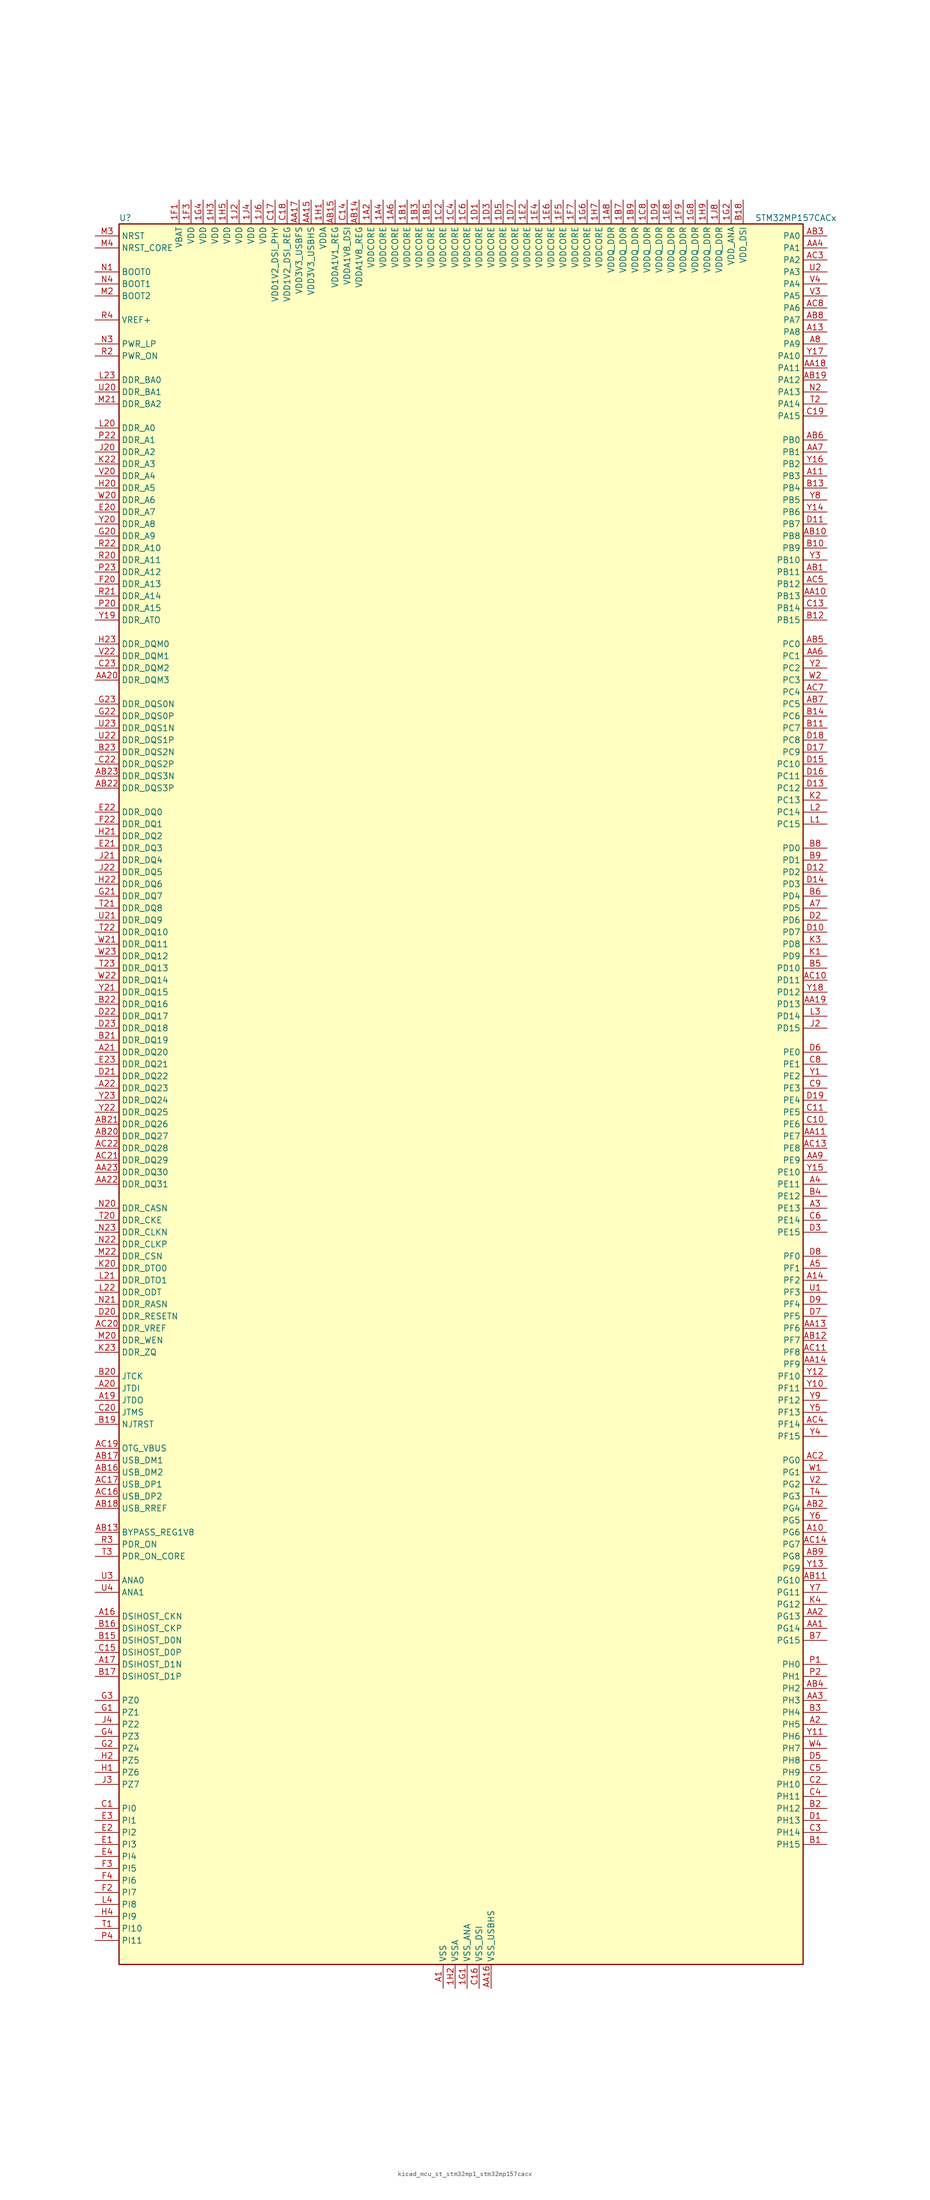
<source format=kicad_sym>
(kicad_symbol_lib
  (version 20220914)
  (generator kicad_symbol_editor)
  (symbol "kicad_mcu_st_stm32mp1_stm32mp157cacx"
    (property "Reference" "U"
      (at -71.12 186.69 0)
      (effects (font (size 1.27 1.27)) (justify left)))
    (property "Value" "STM32MP157CACx"
      (at 63.5 186.69 0)
      (effects (font (size 1.27 1.27)) (justify left)))
    (property "ki_locked" ""
      (at 0 0 0)
      (effects (font (size 1.27 1.27))))
    (symbol "kicad_mcu_st_stm32mp1_stm32mp157cacx_0_1"
      (rectangle (start -71.12 -182.88) (end 73.66 185.42) (stroke (width 0.254) (type default)) (fill (type background))))
    (symbol "kicad_mcu_st_stm32mp1_stm32mp157cacx_1_1"
      (pin power_in line (at -17.78 190.5 270) (length 5.08) (name "VDDCORE" (effects (font (size 1.27 1.27)))) (number "1A2" (effects (font (size 1.27 1.27)))))
      (pin passive line (at -2.54 -187.96 90) (length 5.08) hide (name "VSS" (effects (font (size 1.27 1.27)))) (number "1A3" (effects (font (size 1.27 1.27)))))
      (pin power_in line (at -15.24 190.5 270) (length 5.08) (name "VDDCORE" (effects (font (size 1.27 1.27)))) (number "1A4" (effects (font (size 1.27 1.27)))))
      (pin passive line (at -2.54 -187.96 90) (length 5.08) hide (name "VSS" (effects (font (size 1.27 1.27)))) (number "1A5" (effects (font (size 1.27 1.27)))))
      (pin power_in line (at -12.7 190.5 270) (length 5.08) (name "VDDCORE" (effects (font (size 1.27 1.27)))) (number "1A6" (effects (font (size 1.27 1.27)))))
      (pin passive line (at -2.54 -187.96 90) (length 5.08) hide (name "VSS" (effects (font (size 1.27 1.27)))) (number "1A7" (effects (font (size 1.27 1.27)))))
      (pin power_in line (at 33.02 190.5 270) (length 5.08) (name "VDDQ_DDR" (effects (font (size 1.27 1.27)))) (number "1A8" (effects (font (size 1.27 1.27)))))
      (pin power_in line (at -10.16 190.5 270) (length 5.08) (name "VDDCORE" (effects (font (size 1.27 1.27)))) (number "1B1" (effects (font (size 1.27 1.27)))))
      (pin passive line (at -2.54 -187.96 90) (length 5.08) hide (name "VSS" (effects (font (size 1.27 1.27)))) (number "1B2" (effects (font (size 1.27 1.27)))))
      (pin power_in line (at -7.62 190.5 270) (length 5.08) (name "VDDCORE" (effects (font (size 1.27 1.27)))) (number "1B3" (effects (font (size 1.27 1.27)))))
      (pin passive line (at -2.54 -187.96 90) (length 5.08) hide (name "VSS" (effects (font (size 1.27 1.27)))) (number "1B4" (effects (font (size 1.27 1.27)))))
      (pin power_in line (at -5.08 190.5 270) (length 5.08) (name "VDDCORE" (effects (font (size 1.27 1.27)))) (number "1B5" (effects (font (size 1.27 1.27)))))
      (pin passive line (at -2.54 -187.96 90) (length 5.08) hide (name "VSS" (effects (font (size 1.27 1.27)))) (number "1B6" (effects (font (size 1.27 1.27)))))
      (pin power_in line (at 35.56 190.5 270) (length 5.08) (name "VDDQ_DDR" (effects (font (size 1.27 1.27)))) (number "1B7" (effects (font (size 1.27 1.27)))))
      (pin passive line (at -2.54 -187.96 90) (length 5.08) hide (name "VSS" (effects (font (size 1.27 1.27)))) (number "1B8" (effects (font (size 1.27 1.27)))))
      (pin power_in line (at 38.1 190.5 270) (length 5.08) (name "VDDQ_DDR" (effects (font (size 1.27 1.27)))) (number "1B9" (effects (font (size 1.27 1.27)))))
      (pin passive line (at -2.54 -187.96 90) (length 5.08) hide (name "VSS" (effects (font (size 1.27 1.27)))) (number "1C1" (effects (font (size 1.27 1.27)))))
      (pin power_in line (at -2.54 190.5 270) (length 5.08) (name "VDDCORE" (effects (font (size 1.27 1.27)))) (number "1C2" (effects (font (size 1.27 1.27)))))
      (pin passive line (at -2.54 -187.96 90) (length 5.08) hide (name "VSS" (effects (font (size 1.27 1.27)))) (number "1C3" (effects (font (size 1.27 1.27)))))
      (pin power_in line (at 0 190.5 270) (length 5.08) (name "VDDCORE" (effects (font (size 1.27 1.27)))) (number "1C4" (effects (font (size 1.27 1.27)))))
      (pin passive line (at -2.54 -187.96 90) (length 5.08) hide (name "VSS" (effects (font (size 1.27 1.27)))) (number "1C5" (effects (font (size 1.27 1.27)))))
      (pin power_in line (at 2.54 190.5 270) (length 5.08) (name "VDDCORE" (effects (font (size 1.27 1.27)))) (number "1C6" (effects (font (size 1.27 1.27)))))
      (pin passive line (at -2.54 -187.96 90) (length 5.08) hide (name "VSS" (effects (font (size 1.27 1.27)))) (number "1C7" (effects (font (size 1.27 1.27)))))
      (pin power_in line (at 40.64 190.5 270) (length 5.08) (name "VDDQ_DDR" (effects (font (size 1.27 1.27)))) (number "1C8" (effects (font (size 1.27 1.27)))))
      (pin passive line (at -2.54 -187.96 90) (length 5.08) hide (name "VSS" (effects (font (size 1.27 1.27)))) (number "1C9" (effects (font (size 1.27 1.27)))))
      (pin power_in line (at 5.08 190.5 270) (length 5.08) (name "VDDCORE" (effects (font (size 1.27 1.27)))) (number "1D1" (effects (font (size 1.27 1.27)))))
      (pin passive line (at -2.54 -187.96 90) (length 5.08) hide (name "VSS" (effects (font (size 1.27 1.27)))) (number "1D2" (effects (font (size 1.27 1.27)))))
      (pin power_in line (at 7.62 190.5 270) (length 5.08) (name "VDDCORE" (effects (font (size 1.27 1.27)))) (number "1D3" (effects (font (size 1.27 1.27)))))
      (pin passive line (at -2.54 -187.96 90) (length 5.08) hide (name "VSS" (effects (font (size 1.27 1.27)))) (number "1D4" (effects (font (size 1.27 1.27)))))
      (pin power_in line (at 10.16 190.5 270) (length 5.08) (name "VDDCORE" (effects (font (size 1.27 1.27)))) (number "1D5" (effects (font (size 1.27 1.27)))))
      (pin passive line (at -2.54 -187.96 90) (length 5.08) hide (name "VSS" (effects (font (size 1.27 1.27)))) (number "1D6" (effects (font (size 1.27 1.27)))))
      (pin power_in line (at 12.7 190.5 270) (length 5.08) (name "VDDCORE" (effects (font (size 1.27 1.27)))) (number "1D7" (effects (font (size 1.27 1.27)))))
      (pin passive line (at -2.54 -187.96 90) (length 5.08) hide (name "VSS" (effects (font (size 1.27 1.27)))) (number "1D8" (effects (font (size 1.27 1.27)))))
      (pin power_in line (at 43.18 190.5 270) (length 5.08) (name "VDDQ_DDR" (effects (font (size 1.27 1.27)))) (number "1D9" (effects (font (size 1.27 1.27)))))
      (pin passive line (at -2.54 -187.96 90) (length 5.08) hide (name "VSS" (effects (font (size 1.27 1.27)))) (number "1E1" (effects (font (size 1.27 1.27)))))
      (pin power_in line (at 15.24 190.5 270) (length 5.08) (name "VDDCORE" (effects (font (size 1.27 1.27)))) (number "1E2" (effects (font (size 1.27 1.27)))))
      (pin passive line (at -2.54 -187.96 90) (length 5.08) hide (name "VSS" (effects (font (size 1.27 1.27)))) (number "1E3" (effects (font (size 1.27 1.27)))))
      (pin power_in line (at 17.78 190.5 270) (length 5.08) (name "VDDCORE" (effects (font (size 1.27 1.27)))) (number "1E4" (effects (font (size 1.27 1.27)))))
      (pin passive line (at -2.54 -187.96 90) (length 5.08) hide (name "VSS" (effects (font (size 1.27 1.27)))) (number "1E5" (effects (font (size 1.27 1.27)))))
      (pin power_in line (at 20.32 190.5 270) (length 5.08) (name "VDDCORE" (effects (font (size 1.27 1.27)))) (number "1E6" (effects (font (size 1.27 1.27)))))
      (pin passive line (at -2.54 -187.96 90) (length 5.08) hide (name "VSS" (effects (font (size 1.27 1.27)))) (number "1E7" (effects (font (size 1.27 1.27)))))
      (pin power_in line (at 45.72 190.5 270) (length 5.08) (name "VDDQ_DDR" (effects (font (size 1.27 1.27)))) (number "1E8" (effects (font (size 1.27 1.27)))))
      (pin passive line (at -2.54 -187.96 90) (length 5.08) hide (name "VSS" (effects (font (size 1.27 1.27)))) (number "1E9" (effects (font (size 1.27 1.27)))))
      (pin power_in line (at -58.42 190.5 270) (length 5.08) (name "VBAT" (effects (font (size 1.27 1.27)))) (number "1F1" (effects (font (size 1.27 1.27)))))
      (pin passive line (at -2.54 -187.96 90) (length 5.08) hide (name "VSS" (effects (font (size 1.27 1.27)))) (number "1F2" (effects (font (size 1.27 1.27)))))
      (pin power_in line (at -55.88 190.5 270) (length 5.08) (name "VDD" (effects (font (size 1.27 1.27)))) (number "1F3" (effects (font (size 1.27 1.27)))))
      (pin passive line (at -2.54 -187.96 90) (length 5.08) hide (name "VSS" (effects (font (size 1.27 1.27)))) (number "1F4" (effects (font (size 1.27 1.27)))))
      (pin power_in line (at 22.86 190.5 270) (length 5.08) (name "VDDCORE" (effects (font (size 1.27 1.27)))) (number "1F5" (effects (font (size 1.27 1.27)))))
      (pin passive line (at -2.54 -187.96 90) (length 5.08) hide (name "VSS" (effects (font (size 1.27 1.27)))) (number "1F6" (effects (font (size 1.27 1.27)))))
      (pin power_in line (at 25.4 190.5 270) (length 5.08) (name "VDDCORE" (effects (font (size 1.27 1.27)))) (number "1F7" (effects (font (size 1.27 1.27)))))
      (pin passive line (at -2.54 -187.96 90) (length 5.08) hide (name "VSS" (effects (font (size 1.27 1.27)))) (number "1F8" (effects (font (size 1.27 1.27)))))
      (pin power_in line (at 48.26 190.5 270) (length 5.08) (name "VDDQ_DDR" (effects (font (size 1.27 1.27)))) (number "1F9" (effects (font (size 1.27 1.27)))))
      (pin power_in line (at 2.54 -187.96 90) (length 5.08) (name "VSS_ANA" (effects (font (size 1.27 1.27)))) (number "1G1" (effects (font (size 1.27 1.27)))))
      (pin power_in line (at 58.42 190.5 270) (length 5.08) (name "VDD_ANA" (effects (font (size 1.27 1.27)))) (number "1G2" (effects (font (size 1.27 1.27)))))
      (pin passive line (at -2.54 -187.96 90) (length 5.08) hide (name "VSS" (effects (font (size 1.27 1.27)))) (number "1G3" (effects (font (size 1.27 1.27)))))
      (pin power_in line (at -53.34 190.5 270) (length 5.08) (name "VDD" (effects (font (size 1.27 1.27)))) (number "1G4" (effects (font (size 1.27 1.27)))))
      (pin passive line (at -2.54 -187.96 90) (length 5.08) hide (name "VSS" (effects (font (size 1.27 1.27)))) (number "1G5" (effects (font (size 1.27 1.27)))))
      (pin power_in line (at 27.94 190.5 270) (length 5.08) (name "VDDCORE" (effects (font (size 1.27 1.27)))) (number "1G6" (effects (font (size 1.27 1.27)))))
      (pin passive line (at -2.54 -187.96 90) (length 5.08) hide (name "VSS" (effects (font (size 1.27 1.27)))) (number "1G7" (effects (font (size 1.27 1.27)))))
      (pin power_in line (at 50.8 190.5 270) (length 5.08) (name "VDDQ_DDR" (effects (font (size 1.27 1.27)))) (number "1G8" (effects (font (size 1.27 1.27)))))
      (pin passive line (at -2.54 -187.96 90) (length 5.08) hide (name "VSS" (effects (font (size 1.27 1.27)))) (number "1G9" (effects (font (size 1.27 1.27)))))
      (pin power_in line (at -27.94 190.5 270) (length 5.08) (name "VDDA" (effects (font (size 1.27 1.27)))) (number "1H1" (effects (font (size 1.27 1.27)))))
      (pin power_in line (at 0 -187.96 90) (length 5.08) (name "VSSA" (effects (font (size 1.27 1.27)))) (number "1H2" (effects (font (size 1.27 1.27)))))
      (pin power_in line (at -50.8 190.5 270) (length 5.08) (name "VDD" (effects (font (size 1.27 1.27)))) (number "1H3" (effects (font (size 1.27 1.27)))))
      (pin passive line (at -2.54 -187.96 90) (length 5.08) hide (name "VSS" (effects (font (size 1.27 1.27)))) (number "1H4" (effects (font (size 1.27 1.27)))))
      (pin power_in line (at -48.26 190.5 270) (length 5.08) (name "VDD" (effects (font (size 1.27 1.27)))) (number "1H5" (effects (font (size 1.27 1.27)))))
      (pin passive line (at -2.54 -187.96 90) (length 5.08) hide (name "VSS" (effects (font (size 1.27 1.27)))) (number "1H6" (effects (font (size 1.27 1.27)))))
      (pin power_in line (at 30.48 190.5 270) (length 5.08) (name "VDDCORE" (effects (font (size 1.27 1.27)))) (number "1H7" (effects (font (size 1.27 1.27)))))
      (pin passive line (at -2.54 -187.96 90) (length 5.08) hide (name "VSS" (effects (font (size 1.27 1.27)))) (number "1H8" (effects (font (size 1.27 1.27)))))
      (pin power_in line (at 53.34 190.5 270) (length 5.08) (name "VDDQ_DDR" (effects (font (size 1.27 1.27)))) (number "1H9" (effects (font (size 1.27 1.27)))))
      (pin power_in line (at -45.72 190.5 270) (length 5.08) (name "VDD" (effects (font (size 1.27 1.27)))) (number "1J2" (effects (font (size 1.27 1.27)))))
      (pin passive line (at -2.54 -187.96 90) (length 5.08) hide (name "VSS" (effects (font (size 1.27 1.27)))) (number "1J3" (effects (font (size 1.27 1.27)))))
      (pin power_in line (at -43.18 190.5 270) (length 5.08) (name "VDD" (effects (font (size 1.27 1.27)))) (number "1J4" (effects (font (size 1.27 1.27)))))
      (pin passive line (at -2.54 -187.96 90) (length 5.08) hide (name "VSS" (effects (font (size 1.27 1.27)))) (number "1J5" (effects (font (size 1.27 1.27)))))
      (pin power_in line (at -40.64 190.5 270) (length 5.08) (name "VDD" (effects (font (size 1.27 1.27)))) (number "1J6" (effects (font (size 1.27 1.27)))))
      (pin passive line (at -2.54 -187.96 90) (length 5.08) hide (name "VSS" (effects (font (size 1.27 1.27)))) (number "1J7" (effects (font (size 1.27 1.27)))))
      (pin power_in line (at 55.88 190.5 270) (length 5.08) (name "VDDQ_DDR" (effects (font (size 1.27 1.27)))) (number "1J8" (effects (font (size 1.27 1.27)))))
      (pin power_in line (at -2.54 -187.96 90) (length 5.08) (name "VSS" (effects (font (size 1.27 1.27)))) (number "A1" (effects (font (size 1.27 1.27)))))
      (pin bidirectional line (at 78.74 -91.44 180) (length 5.08) (name "PG6" (effects (font (size 1.27 1.27)))) (number "A10" (effects (font (size 1.27 1.27)))) (alternate "DCMI_D12" bidirectional line) (alternate "DEBUG_TRACED14" bidirectional line) (alternate "LTDC_R7" bidirectional line) (alternate "SDMMC2_CMD" bidirectional line) (alternate "TIM17_BKIN" bidirectional line))
      (pin bidirectional line (at 78.74 132.08 180) (length 5.08) (name "PB3" (effects (font (size 1.27 1.27)))) (number "A11" (effects (font (size 1.27 1.27)))) (alternate "DEBUG_TRACED9" bidirectional line) (alternate "I2S1_CK" bidirectional line) (alternate "I2S3_CK" bidirectional line) (alternate "SAI4_CK1" bidirectional line) (alternate "SAI4_MCLK_A" bidirectional line) (alternate "SDMMC2_D2" bidirectional line) (alternate "SPI1_SCK" bidirectional line) (alternate "SPI3_SCK" bidirectional line) (alternate "SPI6_SCK" bidirectional line) (alternate "TIM2_CH2" bidirectional line) (alternate "UART7_RX" bidirectional line))
      (pin bidirectional line (at 78.74 162.56 180) (length 5.08) (name "PA8" (effects (font (size 1.27 1.27)))) (number "A13" (effects (font (size 1.27 1.27)))) (alternate "I2C3_SCL" bidirectional line) (alternate "I2S3_SDO" bidirectional line) (alternate "LTDC_R6" bidirectional line) (alternate "RCC_MCO_1" bidirectional line) (alternate "SAI4_SD_B" bidirectional line) (alternate "SDMMC2_CKIN" bidirectional line) (alternate "SDMMC2_D4" bidirectional line) (alternate "SPI3_MOSI" bidirectional line) (alternate "TIM1_CH1" bidirectional line) (alternate "TIM8_BKIN2" bidirectional line) (alternate "UART7_RX" bidirectional line) (alternate "USART1_CK" bidirectional line) (alternate "USB_OTG_HS_SOF" bidirectional line))
      (pin bidirectional line (at 78.74 -38.1 180) (length 5.08) (name "PF2" (effects (font (size 1.27 1.27)))) (number "A14" (effects (font (size 1.27 1.27)))) (alternate "FMC_A2" bidirectional line) (alternate "I2C2_SMBA" bidirectional line) (alternate "SDMMC1_D0DIR" bidirectional line) (alternate "SDMMC2_D0DIR" bidirectional line) (alternate "SDMMC3_D0DIR" bidirectional line))
      (pin bidirectional line (at -76.2 -109.22 0) (length 5.08) (name "DSIHOST_CKN" (effects (font (size 1.27 1.27)))) (number "A16" (effects (font (size 1.27 1.27)))) (alternate "DSIHOST_CKN" bidirectional line))
      (pin bidirectional line (at -76.2 -119.38 0) (length 5.08) (name "DSIHOST_D1N" (effects (font (size 1.27 1.27)))) (number "A17" (effects (font (size 1.27 1.27)))) (alternate "DSIHOST_D1N" bidirectional line))
      (pin bidirectional line (at -76.2 -63.5 0) (length 5.08) (name "JTDO" (effects (font (size 1.27 1.27)))) (number "A19" (effects (font (size 1.27 1.27)))) (alternate "DEBUG_JTDO-SWO" bidirectional line))
      (pin bidirectional line (at 78.74 -132.08 180) (length 5.08) (name "PH5" (effects (font (size 1.27 1.27)))) (number "A2" (effects (font (size 1.27 1.27)))) (alternate "I2C2_SDA" bidirectional line) (alternate "SAI4_SD_B" bidirectional line) (alternate "SPI5_NSS" bidirectional line))
      (pin bidirectional line (at -76.2 -60.96 0) (length 5.08) (name "JTDI" (effects (font (size 1.27 1.27)))) (number "A20" (effects (font (size 1.27 1.27)))) (alternate "DEBUG_JTDI" bidirectional line))
      (pin bidirectional line (at -76.2 10.16 0) (length 5.08) (name "DDR_DQ20" (effects (font (size 1.27 1.27)))) (number "A21" (effects (font (size 1.27 1.27)))) (alternate "DDR_DQ20" bidirectional line))
      (pin bidirectional line (at -76.2 2.54 0) (length 5.08) (name "DDR_DQ23" (effects (font (size 1.27 1.27)))) (number "A22" (effects (font (size 1.27 1.27)))) (alternate "DDR_DQ23" bidirectional line))
      (pin passive line (at -2.54 -187.96 90) (length 5.08) hide (name "VSS" (effects (font (size 1.27 1.27)))) (number "A23" (effects (font (size 1.27 1.27)))))
      (pin bidirectional line (at 78.74 -22.86 180) (length 5.08) (name "PE13" (effects (font (size 1.27 1.27)))) (number "A3" (effects (font (size 1.27 1.27)))) (alternate "DCMI_D6" bidirectional line) (alternate "DFSDM1_CKIN5" bidirectional line) (alternate "FMC_D10" bidirectional line) (alternate "FMC_DA10" bidirectional line) (alternate "HDP_HDP2" bidirectional line) (alternate "LTDC_DE" bidirectional line) (alternate "SAI2_FS_B" bidirectional line) (alternate "SPI4_MISO" bidirectional line) (alternate "TIM1_CH3" bidirectional line))
      (pin bidirectional line (at 78.74 -17.78 180) (length 5.08) (name "PE11" (effects (font (size 1.27 1.27)))) (number "A4" (effects (font (size 1.27 1.27)))) (alternate "ADC1_EXTI11" bidirectional line) (alternate "ADC2_EXTI11" bidirectional line) (alternate "DCMI_D4" bidirectional line) (alternate "DFSDM1_CKIN4" bidirectional line) (alternate "FMC_D8" bidirectional line) (alternate "FMC_DA8" bidirectional line) (alternate "LTDC_G3" bidirectional line) (alternate "SAI2_SD_B" bidirectional line) (alternate "SPI4_NSS" bidirectional line) (alternate "TIM1_CH2" bidirectional line) (alternate "USART6_CK" bidirectional line))
      (pin bidirectional line (at 78.74 -35.56 180) (length 5.08) (name "PF1" (effects (font (size 1.27 1.27)))) (number "A5" (effects (font (size 1.27 1.27)))) (alternate "FMC_A1" bidirectional line) (alternate "I2C2_SCL" bidirectional line) (alternate "SDMMC3_CDIR" bidirectional line) (alternate "SDMMC3_CMD" bidirectional line))
      (pin bidirectional line (at 78.74 40.64 180) (length 5.08) (name "PD5" (effects (font (size 1.27 1.27)))) (number "A7" (effects (font (size 1.27 1.27)))) (alternate "FMC_NWE" bidirectional line) (alternate "SDMMC3_D2" bidirectional line) (alternate "USART2_TX" bidirectional line))
      (pin bidirectional line (at 78.74 160.02 180) (length 5.08) (name "PA9" (effects (font (size 1.27 1.27)))) (number "A8" (effects (font (size 1.27 1.27)))) (alternate "DAC1_EXTI9" bidirectional line) (alternate "DCMI_D0" bidirectional line) (alternate "I2C3_SMBA" bidirectional line) (alternate "I2S2_CK" bidirectional line) (alternate "LTDC_R5" bidirectional line) (alternate "SDMMC2_CDIR" bidirectional line) (alternate "SDMMC2_D5" bidirectional line) (alternate "SPI2_SCK" bidirectional line) (alternate "TIM1_CH2" bidirectional line) (alternate "USART1_TX" bidirectional line))
      (pin bidirectional line (at 78.74 -111.76 180) (length 5.08) (name "PG14" (effects (font (size 1.27 1.27)))) (number "AA1" (effects (font (size 1.27 1.27)))) (alternate "DEBUG_TRACED1" bidirectional line) (alternate "ETH1_TXD1" bidirectional line) (alternate "FMC_A25" bidirectional line) (alternate "LPTIM1_ETR" bidirectional line) (alternate "LTDC_B0" bidirectional line) (alternate "QUADSPI_BK2_IO3" bidirectional line) (alternate "SAI4_D1" bidirectional line) (alternate "SAI4_SD_A" bidirectional line) (alternate "SPI6_MOSI" bidirectional line) (alternate "USART6_TX" bidirectional line))
      (pin bidirectional line (at 78.74 106.68 180) (length 5.08) (name "PB13" (effects (font (size 1.27 1.27)))) (number "AA10" (effects (font (size 1.27 1.27)))) (alternate "DFSDM1_CKIN1" bidirectional line) (alternate "DFSDM1_CKOUT" bidirectional line) (alternate "ETH1_TXD1" bidirectional line) (alternate "FDCAN2_TX" bidirectional line) (alternate "I2S2_CK" bidirectional line) (alternate "LPTIM2_OUT" bidirectional line) (alternate "SPI2_SCK" bidirectional line) (alternate "TIM1_CH1N" bidirectional line) (alternate "UART5_TX" bidirectional line) (alternate "USART3_CTS" bidirectional line) (alternate "USART3_NSS" bidirectional line))
      (pin bidirectional line (at 78.74 -7.62 180) (length 5.08) (name "PE7" (effects (font (size 1.27 1.27)))) (number "AA11" (effects (font (size 1.27 1.27)))) (alternate "DFSDM1_DATIN2" bidirectional line) (alternate "FMC_D4" bidirectional line) (alternate "FMC_DA4" bidirectional line) (alternate "QUADSPI_BK2_IO0" bidirectional line) (alternate "TIM1_ETR" bidirectional line) (alternate "TIM3_ETR" bidirectional line) (alternate "UART7_RX" bidirectional line))
      (pin passive line (at -2.54 -187.96 90) (length 5.08) hide (name "VSS" (effects (font (size 1.27 1.27)))) (number "AA12" (effects (font (size 1.27 1.27)))))
      (pin bidirectional line (at 78.74 -48.26 180) (length 5.08) (name "PF6" (effects (font (size 1.27 1.27)))) (number "AA13" (effects (font (size 1.27 1.27)))) (alternate "QUADSPI_BK1_IO3" bidirectional line) (alternate "SAI1_SD_B" bidirectional line) (alternate "SAI4_SCK_B" bidirectional line) (alternate "SPI5_NSS" bidirectional line) (alternate "TIM16_CH1" bidirectional line) (alternate "UART7_RX" bidirectional line))
      (pin bidirectional line (at 78.74 -55.88 180) (length 5.08) (name "PF9" (effects (font (size 1.27 1.27)))) (number "AA14" (effects (font (size 1.27 1.27)))) (alternate "DAC1_EXTI9" bidirectional line) (alternate "DEBUG_TRACED13" bidirectional line) (alternate "QUADSPI_BK1_IO1" bidirectional line) (alternate "SAI1_FS_B" bidirectional line) (alternate "SPI5_MOSI" bidirectional line) (alternate "TIM14_CH1" bidirectional line) (alternate "TIM17_CH1N" bidirectional line) (alternate "UART7_CTS" bidirectional line))
      (pin power_in line (at -30.48 190.5 270) (length 5.08) (name "VDD3V3_USBHS" (effects (font (size 1.27 1.27)))) (number "AA15" (effects (font (size 1.27 1.27)))))
      (pin power_in line (at 7.62 -187.96 90) (length 5.08) (name "VSS_USBHS" (effects (font (size 1.27 1.27)))) (number "AA16" (effects (font (size 1.27 1.27)))))
      (pin power_in line (at -33.02 190.5 270) (length 5.08) (name "VDD3V3_USBFS" (effects (font (size 1.27 1.27)))) (number "AA17" (effects (font (size 1.27 1.27)))))
      (pin bidirectional line (at 78.74 154.94 180) (length 5.08) (name "PA11" (effects (font (size 1.27 1.27)))) (number "AA18" (effects (font (size 1.27 1.27)))) (alternate "ADC1_EXTI11" bidirectional line) (alternate "ADC2_EXTI11" bidirectional line) (alternate "FDCAN1_RX" bidirectional line) (alternate "I2C5_SCL" bidirectional line) (alternate "I2C6_SCL" bidirectional line) (alternate "I2S2_WS" bidirectional line) (alternate "LTDC_R4" bidirectional line) (alternate "SPI2_NSS" bidirectional line) (alternate "TIM1_CH4" bidirectional line) (alternate "UART4_RX" bidirectional line) (alternate "USART1_CTS" bidirectional line) (alternate "USART1_NSS" bidirectional line))
      (pin bidirectional line (at 78.74 20.32 180) (length 5.08) (name "PD13" (effects (font (size 1.27 1.27)))) (number "AA19" (effects (font (size 1.27 1.27)))) (alternate "DSIHOST_TE" bidirectional line) (alternate "FMC_A18" bidirectional line) (alternate "I2C1_SDA" bidirectional line) (alternate "I2C4_SDA" bidirectional line) (alternate "I2S3_MCK" bidirectional line) (alternate "LPTIM1_OUT" bidirectional line) (alternate "QUADSPI_BK1_IO3" bidirectional line) (alternate "SAI2_SCK_A" bidirectional line) (alternate "TIM4_CH2" bidirectional line))
      (pin bidirectional line (at 78.74 -109.22 180) (length 5.08) (name "PG13" (effects (font (size 1.27 1.27)))) (number "AA2" (effects (font (size 1.27 1.27)))) (alternate "DEBUG_TRACED0" bidirectional line) (alternate "ETH1_TXD0" bidirectional line) (alternate "FMC_A24" bidirectional line) (alternate "LPTIM1_OUT" bidirectional line) (alternate "LTDC_R0" bidirectional line) (alternate "SAI1_CK2" bidirectional line) (alternate "SAI1_SCK_A" bidirectional line) (alternate "SAI4_CK1" bidirectional line) (alternate "SAI4_MCLK_A" bidirectional line) (alternate "SPI6_SCK" bidirectional line) (alternate "USART6_CTS" bidirectional line) (alternate "USART6_NSS" bidirectional line))
      (pin bidirectional line (at -76.2 88.9 0) (length 5.08) (name "DDR_DQM3" (effects (font (size 1.27 1.27)))) (number "AA20" (effects (font (size 1.27 1.27)))) (alternate "DDR_DQM3" bidirectional line))
      (pin passive line (at -2.54 -187.96 90) (length 5.08) hide (name "VSS" (effects (font (size 1.27 1.27)))) (number "AA21" (effects (font (size 1.27 1.27)))))
      (pin bidirectional line (at -76.2 -17.78 0) (length 5.08) (name "DDR_DQ31" (effects (font (size 1.27 1.27)))) (number "AA22" (effects (font (size 1.27 1.27)))) (alternate "DDR_DQ31" bidirectional line))
      (pin bidirectional line (at -76.2 -15.24 0) (length 5.08) (name "DDR_DQ30" (effects (font (size 1.27 1.27)))) (number "AA23" (effects (font (size 1.27 1.27)))) (alternate "DDR_DQ30" bidirectional line))
      (pin bidirectional line (at 78.74 -127 180) (length 5.08) (name "PH3" (effects (font (size 1.27 1.27)))) (number "AA3" (effects (font (size 1.27 1.27)))) (alternate "DFSDM1_CKIN4" bidirectional line) (alternate "ETH1_COL" bidirectional line) (alternate "LTDC_R1" bidirectional line) (alternate "QUADSPI_BK2_IO1" bidirectional line) (alternate "SAI2_MCLK_B" bidirectional line))
      (pin bidirectional line (at 78.74 180.34 180) (length 5.08) (name "PA1" (effects (font (size 1.27 1.27)))) (number "AA4" (effects (font (size 1.27 1.27)))) (alternate "ADC1_INN16" bidirectional line) (alternate "ADC1_INP17" bidirectional line) (alternate "ETH1_CLK" bidirectional line) (alternate "ETH1_REF_CLK" bidirectional line) (alternate "ETH1_RX_CLK" bidirectional line) (alternate "LPTIM3_OUT" bidirectional line) (alternate "LTDC_R2" bidirectional line) (alternate "QUADSPI_BK1_IO3" bidirectional line) (alternate "SAI2_MCLK_B" bidirectional line) (alternate "TIM15_CH1N" bidirectional line) (alternate "TIM2_CH2" bidirectional line) (alternate "TIM5_CH2" bidirectional line) (alternate "UART4_RX" bidirectional line) (alternate "USART2_DE" bidirectional line) (alternate "USART2_RTS" bidirectional line))
      (pin passive line (at -2.54 -187.96 90) (length 5.08) hide (name "VSS" (effects (font (size 1.27 1.27)))) (number "AA5" (effects (font (size 1.27 1.27)))))
      (pin bidirectional line (at 78.74 93.98 180) (length 5.08) (name "PC1" (effects (font (size 1.27 1.27)))) (number "AA6" (effects (font (size 1.27 1.27)))) (alternate "ADC1_INN10" bidirectional line) (alternate "ADC1_INP11" bidirectional line) (alternate "ADC2_INN10" bidirectional line) (alternate "ADC2_INP11" bidirectional line) (alternate "DEBUG_TRACED0" bidirectional line) (alternate "DFSDM1_CKIN4" bidirectional line) (alternate "DFSDM1_DATIN0" bidirectional line) (alternate "ETH1_MDC" bidirectional line) (alternate "I2S2_SDO" bidirectional line) (alternate "PWR_WKUP6" bidirectional line) (alternate "SAI1_D1" bidirectional line) (alternate "SAI1_SD_A" bidirectional line) (alternate "SDMMC2_CK" bidirectional line) (alternate "SPI2_MOSI" bidirectional line) (alternate "TAMP_IN3" bidirectional line))
      (pin bidirectional line (at 78.74 137.16 180) (length 5.08) (name "PB1" (effects (font (size 1.27 1.27)))) (number "AA7" (effects (font (size 1.27 1.27)))) (alternate "ADC1_INP5" bidirectional line) (alternate "ADC2_INP5" bidirectional line) (alternate "DFSDM1_DATIN1" bidirectional line) (alternate "ETH1_RXD3" bidirectional line) (alternate "LTDC_G0" bidirectional line) (alternate "LTDC_R6" bidirectional line) (alternate "TIM1_CH3N" bidirectional line) (alternate "TIM3_CH4" bidirectional line) (alternate "TIM8_CH3N" bidirectional line))
      (pin passive line (at -2.54 -187.96 90) (length 5.08) hide (name "VSS" (effects (font (size 1.27 1.27)))) (number "AA8" (effects (font (size 1.27 1.27)))))
      (pin bidirectional line (at 78.74 -12.7 180) (length 5.08) (name "PE9" (effects (font (size 1.27 1.27)))) (number "AA9" (effects (font (size 1.27 1.27)))) (alternate "DAC1_EXTI9" bidirectional line) (alternate "DFSDM1_CKOUT" bidirectional line) (alternate "FMC_D6" bidirectional line) (alternate "FMC_DA6" bidirectional line) (alternate "QUADSPI_BK2_IO2" bidirectional line) (alternate "TIM1_CH1" bidirectional line) (alternate "UART7_DE" bidirectional line) (alternate "UART7_RTS" bidirectional line))
      (pin bidirectional line (at 78.74 111.76 180) (length 5.08) (name "PB11" (effects (font (size 1.27 1.27)))) (number "AB1" (effects (font (size 1.27 1.27)))) (alternate "ADC1_EXTI11" bidirectional line) (alternate "ADC2_EXTI11" bidirectional line) (alternate "DFSDM1_CKIN7" bidirectional line) (alternate "DSIHOST_TE" bidirectional line) (alternate "ETH1_TX_CTL" bidirectional line) (alternate "ETH1_TX_EN" bidirectional line) (alternate "I2C2_SDA" bidirectional line) (alternate "LPTIM2_ETR" bidirectional line) (alternate "LTDC_G5" bidirectional line) (alternate "TIM2_CH4" bidirectional line) (alternate "USART3_RX" bidirectional line))
      (pin bidirectional line (at 78.74 119.38 180) (length 5.08) (name "PB8" (effects (font (size 1.27 1.27)))) (number "AB10" (effects (font (size 1.27 1.27)))) (alternate "DCMI_D6" bidirectional line) (alternate "DFSDM1_CKIN7" bidirectional line) (alternate "ETH1_TXD3" bidirectional line) (alternate "FDCAN1_RX" bidirectional line) (alternate "HDP_HDP6" bidirectional line) (alternate "I2C1_SCL" bidirectional line) (alternate "I2C4_SCL" bidirectional line) (alternate "LTDC_B6" bidirectional line) (alternate "SDMMC1_CKIN" bidirectional line) (alternate "SDMMC1_D4" bidirectional line) (alternate "SDMMC2_CKIN" bidirectional line) (alternate "SDMMC2_D4" bidirectional line) (alternate "TIM16_CH1" bidirectional line) (alternate "TIM4_CH3" bidirectional line) (alternate "UART4_RX" bidirectional line))
      (pin bidirectional line (at 78.74 -101.6 180) (length 5.08) (name "PG10" (effects (font (size 1.27 1.27)))) (number "AB11" (effects (font (size 1.27 1.27)))) (alternate "DCMI_D2" bidirectional line) (alternate "DEBUG_TRACED10" bidirectional line) (alternate "FMC_NE3" bidirectional line) (alternate "LTDC_B2" bidirectional line) (alternate "LTDC_G3" bidirectional line) (alternate "QUADSPI_BK2_IO2" bidirectional line) (alternate "SAI2_SD_B" bidirectional line) (alternate "UART8_CTS" bidirectional line))
      (pin bidirectional line (at 78.74 -50.8 180) (length 5.08) (name "PF7" (effects (font (size 1.27 1.27)))) (number "AB12" (effects (font (size 1.27 1.27)))) (alternate "QUADSPI_BK1_IO2" bidirectional line) (alternate "SAI1_MCLK_B" bidirectional line) (alternate "SPI5_SCK" bidirectional line) (alternate "TIM17_CH1" bidirectional line) (alternate "UART7_TX" bidirectional line))
      (pin bidirectional line (at -76.2 -91.44 0) (length 5.08) (name "BYPASS_REG1V8" (effects (font (size 1.27 1.27)))) (number "AB13" (effects (font (size 1.27 1.27)))))
      (pin power_in line (at -20.32 190.5 270) (length 5.08) (name "VDDA1V8_REG" (effects (font (size 1.27 1.27)))) (number "AB14" (effects (font (size 1.27 1.27)))))
      (pin power_in line (at -25.4 190.5 270) (length 5.08) (name "VDDA1V1_REG" (effects (font (size 1.27 1.27)))) (number "AB15" (effects (font (size 1.27 1.27)))))
      (pin bidirectional line (at -76.2 -78.74 0) (length 5.08) (name "USB_DM2" (effects (font (size 1.27 1.27)))) (number "AB16" (effects (font (size 1.27 1.27)))) (alternate "USBH_HS2_DM" bidirectional line) (alternate "USB_OTG_HS_DM" bidirectional line))
      (pin bidirectional line (at -76.2 -76.2 0) (length 5.08) (name "USB_DM1" (effects (font (size 1.27 1.27)))) (number "AB17" (effects (font (size 1.27 1.27)))) (alternate "USBH_HS1_DM" bidirectional line))
      (pin bidirectional line (at -76.2 -86.36 0) (length 5.08) (name "USB_RREF" (effects (font (size 1.27 1.27)))) (number "AB18" (effects (font (size 1.27 1.27)))))
      (pin bidirectional line (at 78.74 152.4 180) (length 5.08) (name "PA12" (effects (font (size 1.27 1.27)))) (number "AB19" (effects (font (size 1.27 1.27)))) (alternate "FDCAN1_TX" bidirectional line) (alternate "I2C5_SDA" bidirectional line) (alternate "I2C6_SDA" bidirectional line) (alternate "LTDC_R5" bidirectional line) (alternate "SAI2_FS_B" bidirectional line) (alternate "TIM1_ETR" bidirectional line) (alternate "UART4_TX" bidirectional line) (alternate "USART1_DE" bidirectional line) (alternate "USART1_RTS" bidirectional line))
      (pin bidirectional line (at 78.74 -86.36 180) (length 5.08) (name "PG4" (effects (font (size 1.27 1.27)))) (number "AB2" (effects (font (size 1.27 1.27)))) (alternate "ETH1_GTX_CLK" bidirectional line) (alternate "FMC_A14" bidirectional line) (alternate "TIM1_BKIN2" bidirectional line))
      (pin bidirectional line (at -76.2 -7.62 0) (length 5.08) (name "DDR_DQ27" (effects (font (size 1.27 1.27)))) (number "AB20" (effects (font (size 1.27 1.27)))) (alternate "DDR_DQ27" bidirectional line))
      (pin bidirectional line (at -76.2 -5.08 0) (length 5.08) (name "DDR_DQ26" (effects (font (size 1.27 1.27)))) (number "AB21" (effects (font (size 1.27 1.27)))) (alternate "DDR_DQ26" bidirectional line))
      (pin bidirectional line (at -76.2 66.04 0) (length 5.08) (name "DDR_DQS3P" (effects (font (size 1.27 1.27)))) (number "AB22" (effects (font (size 1.27 1.27)))) (alternate "DDR_DQS3P" bidirectional line))
      (pin bidirectional line (at -76.2 68.58 0) (length 5.08) (name "DDR_DQS3N" (effects (font (size 1.27 1.27)))) (number "AB23" (effects (font (size 1.27 1.27)))) (alternate "DDR_DQS3N" bidirectional line))
      (pin bidirectional line (at 78.74 182.88 180) (length 5.08) (name "PA0" (effects (font (size 1.27 1.27)))) (number "AB3" (effects (font (size 1.27 1.27)))) (alternate "ADC1_INP16" bidirectional line) (alternate "ETH1_CRS" bidirectional line) (alternate "PWR_WKUP1" bidirectional line) (alternate "SAI2_SD_B" bidirectional line) (alternate "SDMMC2_CMD" bidirectional line) (alternate "TIM15_BKIN" bidirectional line) (alternate "TIM2_CH1" bidirectional line) (alternate "TIM2_ETR" bidirectional line) (alternate "TIM5_CH1" bidirectional line) (alternate "TIM8_ETR" bidirectional line) (alternate "UART4_TX" bidirectional line) (alternate "USART2_CTS" bidirectional line) (alternate "USART2_NSS" bidirectional line))
      (pin bidirectional line (at 78.74 -124.46 180) (length 5.08) (name "PH2" (effects (font (size 1.27 1.27)))) (number "AB4" (effects (font (size 1.27 1.27)))) (alternate "ETH1_CRS" bidirectional line) (alternate "LPTIM1_IN2" bidirectional line) (alternate "LTDC_R0" bidirectional line) (alternate "QUADSPI_BK2_IO0" bidirectional line) (alternate "SAI2_SCK_B" bidirectional line))
      (pin bidirectional line (at 78.74 96.52 180) (length 5.08) (name "PC0" (effects (font (size 1.27 1.27)))) (number "AB5" (effects (font (size 1.27 1.27)))) (alternate "ADC1_INP10" bidirectional line) (alternate "ADC2_INP10" bidirectional line) (alternate "DFSDM1_CKIN0" bidirectional line) (alternate "DFSDM1_DATIN4" bidirectional line) (alternate "LPTIM2_IN2" bidirectional line) (alternate "LTDC_R5" bidirectional line) (alternate "QUADSPI_BK2_NCS" bidirectional line) (alternate "SAI2_FS_B" bidirectional line))
      (pin bidirectional line (at 78.74 139.7 180) (length 5.08) (name "PB0" (effects (font (size 1.27 1.27)))) (number "AB6" (effects (font (size 1.27 1.27)))) (alternate "ADC1_INN5" bidirectional line) (alternate "ADC1_INP9" bidirectional line) (alternate "ADC2_INN5" bidirectional line) (alternate "ADC2_INP9" bidirectional line) (alternate "DFSDM1_CKOUT" bidirectional line) (alternate "ETH1_RXD2" bidirectional line) (alternate "LTDC_G1" bidirectional line) (alternate "LTDC_R3" bidirectional line) (alternate "TIM1_CH2N" bidirectional line) (alternate "TIM3_CH3" bidirectional line) (alternate "TIM8_CH2N" bidirectional line) (alternate "UART4_CTS" bidirectional line))
      (pin bidirectional line (at 78.74 83.82 180) (length 5.08) (name "PC5" (effects (font (size 1.27 1.27)))) (number "AB7" (effects (font (size 1.27 1.27)))) (alternate "ADC1_INN4" bidirectional line) (alternate "ADC1_INP8" bidirectional line) (alternate "ADC2_INN4" bidirectional line) (alternate "ADC2_INP8" bidirectional line) (alternate "DFSDM1_DATIN2" bidirectional line) (alternate "ETH1_RXD1" bidirectional line) (alternate "SAI1_D3" bidirectional line) (alternate "SAI1_D4" bidirectional line) (alternate "SAI4_D3" bidirectional line) (alternate "SAI4_D4" bidirectional line) (alternate "SPDIFRX_IN3" bidirectional line))
      (pin bidirectional line (at 78.74 165.1 180) (length 5.08) (name "PA7" (effects (font (size 1.27 1.27)))) (number "AB8" (effects (font (size 1.27 1.27)))) (alternate "ADC1_INN3" bidirectional line) (alternate "ADC1_INP7" bidirectional line) (alternate "ADC2_INN3" bidirectional line) (alternate "ADC2_INP7" bidirectional line) (alternate "ETH1_CRS_DV" bidirectional line) (alternate "ETH1_RX_CTL" bidirectional line) (alternate "ETH1_RX_DV" bidirectional line) (alternate "I2S1_SDO" bidirectional line) (alternate "QUADSPI_CLK" bidirectional line) (alternate "SAI4_D1" bidirectional line) (alternate "SAI4_SD_A" bidirectional line) (alternate "SPI1_MOSI" bidirectional line) (alternate "SPI6_MOSI" bidirectional line) (alternate "TIM14_CH1" bidirectional line) (alternate "TIM1_CH1N" bidirectional line) (alternate "TIM3_CH2" bidirectional line) (alternate "TIM8_CH1N" bidirectional line))
      (pin bidirectional line (at 78.74 -96.52 180) (length 5.08) (name "PG8" (effects (font (size 1.27 1.27)))) (number "AB9" (effects (font (size 1.27 1.27)))) (alternate "DEBUG_TRACED15" bidirectional line) (alternate "ETH1_CLK" bidirectional line) (alternate "ETH1_PPS_OUT" bidirectional line) (alternate "LTDC_G7" bidirectional line) (alternate "SAI4_D2" bidirectional line) (alternate "SAI4_FS_A" bidirectional line) (alternate "SPDIFRX_IN2" bidirectional line) (alternate "SPI6_NSS" bidirectional line) (alternate "TIM2_CH1" bidirectional line) (alternate "TIM2_ETR" bidirectional line) (alternate "TIM8_ETR" bidirectional line) (alternate "USART3_DE" bidirectional line) (alternate "USART3_RTS" bidirectional line) (alternate "USART6_DE" bidirectional line) (alternate "USART6_RTS" bidirectional line))
      (pin passive line (at -2.54 -187.96 90) (length 5.08) hide (name "VSS" (effects (font (size 1.27 1.27)))) (number "AC1" (effects (font (size 1.27 1.27)))))
      (pin bidirectional line (at 78.74 25.4 180) (length 5.08) (name "PD11" (effects (font (size 1.27 1.27)))) (number "AC10" (effects (font (size 1.27 1.27)))) (alternate "ADC1_EXTI11" bidirectional line) (alternate "ADC2_EXTI11" bidirectional line) (alternate "FMC_A16" bidirectional line) (alternate "FMC_CLE" bidirectional line) (alternate "I2C1_SMBA" bidirectional line) (alternate "I2C4_SMBA" bidirectional line) (alternate "LPTIM2_IN2" bidirectional line) (alternate "QUADSPI_BK1_IO0" bidirectional line) (alternate "SAI2_SD_A" bidirectional line) (alternate "USART3_CTS" bidirectional line) (alternate "USART3_NSS" bidirectional line))
      (pin bidirectional line (at 78.74 -53.34 180) (length 5.08) (name "PF8" (effects (font (size 1.27 1.27)))) (number "AC11" (effects (font (size 1.27 1.27)))) (alternate "DEBUG_TRACED12" bidirectional line) (alternate "QUADSPI_BK1_IO0" bidirectional line) (alternate "SAI1_SCK_B" bidirectional line) (alternate "SPI5_MISO" bidirectional line) (alternate "TIM13_CH1" bidirectional line) (alternate "TIM16_CH1N" bidirectional line) (alternate "UART7_DE" bidirectional line) (alternate "UART7_RTS" bidirectional line))
      (pin bidirectional line (at 78.74 -10.16 180) (length 5.08) (name "PE8" (effects (font (size 1.27 1.27)))) (number "AC13" (effects (font (size 1.27 1.27)))) (alternate "DFSDM1_CKIN2" bidirectional line) (alternate "FMC_D5" bidirectional line) (alternate "FMC_DA5" bidirectional line) (alternate "QUADSPI_BK2_IO1" bidirectional line) (alternate "TIM1_CH1N" bidirectional line) (alternate "UART7_TX" bidirectional line))
      (pin bidirectional line (at 78.74 -93.98 180) (length 5.08) (name "PG7" (effects (font (size 1.27 1.27)))) (number "AC14" (effects (font (size 1.27 1.27)))) (alternate "DCMI_D13" bidirectional line) (alternate "DEBUG_TRACED5" bidirectional line) (alternate "LTDC_CLK" bidirectional line) (alternate "QUADSPI_BK2_IO3" bidirectional line) (alternate "QUADSPI_CLK" bidirectional line) (alternate "SAI1_MCLK_A" bidirectional line) (alternate "UART8_DE" bidirectional line) (alternate "UART8_RTS" bidirectional line) (alternate "USART6_CK" bidirectional line))
      (pin bidirectional line (at -76.2 -83.82 0) (length 5.08) (name "USB_DP2" (effects (font (size 1.27 1.27)))) (number "AC16" (effects (font (size 1.27 1.27)))) (alternate "USBH_HS2_DP" bidirectional line) (alternate "USB_OTG_HS_DP" bidirectional line))
      (pin bidirectional line (at -76.2 -81.28 0) (length 5.08) (name "USB_DP1" (effects (font (size 1.27 1.27)))) (number "AC17" (effects (font (size 1.27 1.27)))) (alternate "USBH_HS1_DP" bidirectional line))
      (pin bidirectional line (at -76.2 -73.66 0) (length 5.08) (name "OTG_VBUS" (effects (font (size 1.27 1.27)))) (number "AC19" (effects (font (size 1.27 1.27)))) (alternate "USB_OTG_HS_VBUS" bidirectional line))
      (pin bidirectional line (at 78.74 -76.2 180) (length 5.08) (name "PG0" (effects (font (size 1.27 1.27)))) (number "AC2" (effects (font (size 1.27 1.27)))) (alternate "DEBUG_TRACED0" bidirectional line) (alternate "DFSDM1_DATIN0" bidirectional line) (alternate "ETH1_TXD4" bidirectional line) (alternate "FMC_A10" bidirectional line))
      (pin bidirectional line (at -76.2 -48.26 0) (length 5.08) (name "DDR_VREF" (effects (font (size 1.27 1.27)))) (number "AC20" (effects (font (size 1.27 1.27)))) (alternate "DDR_VREF" bidirectional line))
      (pin bidirectional line (at -76.2 -12.7 0) (length 5.08) (name "DDR_DQ29" (effects (font (size 1.27 1.27)))) (number "AC21" (effects (font (size 1.27 1.27)))) (alternate "DDR_DQ29" bidirectional line))
      (pin bidirectional line (at -76.2 -10.16 0) (length 5.08) (name "DDR_DQ28" (effects (font (size 1.27 1.27)))) (number "AC22" (effects (font (size 1.27 1.27)))) (alternate "DDR_DQ28" bidirectional line))
      (pin passive line (at -2.54 -187.96 90) (length 5.08) hide (name "VSS" (effects (font (size 1.27 1.27)))) (number "AC23" (effects (font (size 1.27 1.27)))))
      (pin bidirectional line (at 78.74 177.8 180) (length 5.08) (name "PA2" (effects (font (size 1.27 1.27)))) (number "AC3" (effects (font (size 1.27 1.27)))) (alternate "ADC1_INP14" bidirectional line) (alternate "ETH1_MDIO" bidirectional line) (alternate "LPTIM4_OUT" bidirectional line) (alternate "LTDC_R1" bidirectional line) (alternate "PWR_WKUP2" bidirectional line) (alternate "SAI2_SCK_B" bidirectional line) (alternate "SDMMC2_D0DIR" bidirectional line) (alternate "TIM15_CH1" bidirectional line) (alternate "TIM2_CH3" bidirectional line) (alternate "TIM5_CH3" bidirectional line) (alternate "USART2_TX" bidirectional line))
      (pin bidirectional line (at 78.74 -68.58 180) (length 5.08) (name "PF14" (effects (font (size 1.27 1.27)))) (number "AC4" (effects (font (size 1.27 1.27)))) (alternate "ADC2_INN2" bidirectional line) (alternate "ADC2_INP6" bidirectional line) (alternate "DEBUG_TRACED6" bidirectional line) (alternate "DFSDM1_CKIN6" bidirectional line) (alternate "ETH1_RXD6" bidirectional line) (alternate "FMC_A8" bidirectional line) (alternate "I2C1_SCL" bidirectional line) (alternate "I2C4_SCL" bidirectional line))
      (pin bidirectional line (at 78.74 109.22 180) (length 5.08) (name "PB12" (effects (font (size 1.27 1.27)))) (number "AC5" (effects (font (size 1.27 1.27)))) (alternate "DFSDM1_DATIN1" bidirectional line) (alternate "ETH1_TXD0" bidirectional line) (alternate "FDCAN2_RX" bidirectional line) (alternate "I2C2_SMBA" bidirectional line) (alternate "I2C6_SMBA" bidirectional line) (alternate "I2S2_WS" bidirectional line) (alternate "SPI2_NSS" bidirectional line) (alternate "TIM1_BKIN" bidirectional line) (alternate "UART5_RX" bidirectional line) (alternate "USART3_CK" bidirectional line) (alternate "USART3_RX" bidirectional line))
      (pin bidirectional line (at 78.74 86.36 180) (length 5.08) (name "PC4" (effects (font (size 1.27 1.27)))) (number "AC7" (effects (font (size 1.27 1.27)))) (alternate "ADC1_INP4" bidirectional line) (alternate "ADC2_INP4" bidirectional line) (alternate "DFSDM1_CKIN2" bidirectional line) (alternate "ETH1_RXD0" bidirectional line) (alternate "I2S1_MCK" bidirectional line) (alternate "SPDIFRX_IN2" bidirectional line))
      (pin bidirectional line (at 78.74 167.64 180) (length 5.08) (name "PA6" (effects (font (size 1.27 1.27)))) (number "AC8" (effects (font (size 1.27 1.27)))) (alternate "ADC1_INP3" bidirectional line) (alternate "ADC2_INP3" bidirectional line) (alternate "DCMI_PIXCLK" bidirectional line) (alternate "I2S1_SDI" bidirectional line) (alternate "LTDC_G2" bidirectional line) (alternate "SAI4_CK2" bidirectional line) (alternate "SAI4_SCK_A" bidirectional line) (alternate "SPI1_MISO" bidirectional line) (alternate "SPI6_MISO" bidirectional line) (alternate "TIM13_CH1" bidirectional line) (alternate "TIM1_BKIN" bidirectional line) (alternate "TIM3_CH1" bidirectional line) (alternate "TIM8_BKIN" bidirectional line))
      (pin bidirectional line (at 78.74 -157.48 180) (length 5.08) (name "PH15" (effects (font (size 1.27 1.27)))) (number "B1" (effects (font (size 1.27 1.27)))) (alternate "ADC1_EXTI15" bidirectional line) (alternate "ADC2_EXTI15" bidirectional line) (alternate "DCMI_D11" bidirectional line) (alternate "LTDC_G4" bidirectional line) (alternate "TIM8_CH3N" bidirectional line))
      (pin bidirectional line (at 78.74 116.84 180) (length 5.08) (name "PB9" (effects (font (size 1.27 1.27)))) (number "B10" (effects (font (size 1.27 1.27)))) (alternate "DAC1_EXTI9" bidirectional line) (alternate "DCMI_D7" bidirectional line) (alternate "DFSDM1_DATIN7" bidirectional line) (alternate "FDCAN1_TX" bidirectional line) (alternate "HDP_HDP7" bidirectional line) (alternate "I2C1_SDA" bidirectional line) (alternate "I2C4_SDA" bidirectional line) (alternate "I2S2_WS" bidirectional line) (alternate "LTDC_B7" bidirectional line) (alternate "SDMMC1_CDIR" bidirectional line) (alternate "SDMMC1_D5" bidirectional line) (alternate "SDMMC2_CDIR" bidirectional line) (alternate "SDMMC2_D5" bidirectional line) (alternate "SPI2_NSS" bidirectional line) (alternate "TIM17_CH1" bidirectional line) (alternate "TIM4_CH4" bidirectional line) (alternate "UART4_TX" bidirectional line))
      (pin bidirectional line (at 78.74 78.74 180) (length 5.08) (name "PC7" (effects (font (size 1.27 1.27)))) (number "B11" (effects (font (size 1.27 1.27)))) (alternate "DCMI_D1" bidirectional line) (alternate "DFSDM1_DATIN3" bidirectional line) (alternate "HDP_HDP4" bidirectional line) (alternate "I2S3_MCK" bidirectional line) (alternate "LTDC_G6" bidirectional line) (alternate "SDMMC1_D123DIR" bidirectional line) (alternate "SDMMC1_D7" bidirectional line) (alternate "SDMMC2_D123DIR" bidirectional line) (alternate "SDMMC2_D7" bidirectional line) (alternate "TIM3_CH2" bidirectional line) (alternate "TIM8_CH2" bidirectional line) (alternate "USART6_RX" bidirectional line))
      (pin bidirectional line (at 78.74 101.6 180) (length 5.08) (name "PB15" (effects (font (size 1.27 1.27)))) (number "B12" (effects (font (size 1.27 1.27)))) (alternate "ADC1_EXTI15" bidirectional line) (alternate "ADC2_EXTI15" bidirectional line) (alternate "DFSDM1_CKIN2" bidirectional line) (alternate "I2S2_SDO" bidirectional line) (alternate "RTC_REFIN" bidirectional line) (alternate "SDMMC2_D1" bidirectional line) (alternate "SPI2_MOSI" bidirectional line) (alternate "TIM12_CH2" bidirectional line) (alternate "TIM1_CH3N" bidirectional line) (alternate "TIM8_CH3N" bidirectional line) (alternate "USART1_RX" bidirectional line))
      (pin bidirectional line (at 78.74 129.54 180) (length 5.08) (name "PB4" (effects (font (size 1.27 1.27)))) (number "B13" (effects (font (size 1.27 1.27)))) (alternate "DEBUG_TRACED8" bidirectional line) (alternate "I2S1_SDI" bidirectional line) (alternate "I2S2_WS" bidirectional line) (alternate "I2S3_SDI" bidirectional line) (alternate "SAI4_CK2" bidirectional line) (alternate "SAI4_SCK_A" bidirectional line) (alternate "SDMMC2_D3" bidirectional line) (alternate "SPI1_MISO" bidirectional line) (alternate "SPI2_NSS" bidirectional line) (alternate "SPI3_MISO" bidirectional line) (alternate "SPI6_MISO" bidirectional line) (alternate "TIM16_BKIN" bidirectional line) (alternate "TIM3_CH1" bidirectional line) (alternate "UART7_TX" bidirectional line))
      (pin bidirectional line (at 78.74 81.28 180) (length 5.08) (name "PC6" (effects (font (size 1.27 1.27)))) (number "B14" (effects (font (size 1.27 1.27)))) (alternate "DCMI_D0" bidirectional line) (alternate "DFSDM1_CKIN3" bidirectional line) (alternate "DSIHOST_TE" bidirectional line) (alternate "HDP_HDP1" bidirectional line) (alternate "I2S2_MCK" bidirectional line) (alternate "LTDC_HSYNC" bidirectional line) (alternate "SDMMC1_D0DIR" bidirectional line) (alternate "SDMMC1_D6" bidirectional line) (alternate "SDMMC2_D0DIR" bidirectional line) (alternate "SDMMC2_D6" bidirectional line) (alternate "TIM3_CH1" bidirectional line) (alternate "TIM8_CH1" bidirectional line) (alternate "USART6_TX" bidirectional line))
      (pin bidirectional line (at -76.2 -114.3 0) (length 5.08) (name "DSIHOST_D0N" (effects (font (size 1.27 1.27)))) (number "B15" (effects (font (size 1.27 1.27)))) (alternate "DSIHOST_D0N" bidirectional line))
      (pin bidirectional line (at -76.2 -111.76 0) (length 5.08) (name "DSIHOST_CKP" (effects (font (size 1.27 1.27)))) (number "B16" (effects (font (size 1.27 1.27)))) (alternate "DSIHOST_CKP" bidirectional line))
      (pin bidirectional line (at -76.2 -121.92 0) (length 5.08) (name "DSIHOST_D1P" (effects (font (size 1.27 1.27)))) (number "B17" (effects (font (size 1.27 1.27)))) (alternate "DSIHOST_D1P" bidirectional line))
      (pin power_in line (at 60.96 190.5 270) (length 5.08) (name "VDD_DSI" (effects (font (size 1.27 1.27)))) (number "B18" (effects (font (size 1.27 1.27)))))
      (pin bidirectional line (at -76.2 -68.58 0) (length 5.08) (name "NJTRST" (effects (font (size 1.27 1.27)))) (number "B19" (effects (font (size 1.27 1.27)))) (alternate "DEBUG_JTRST" bidirectional line))
      (pin bidirectional line (at 78.74 -149.86 180) (length 5.08) (name "PH12" (effects (font (size 1.27 1.27)))) (number "B2" (effects (font (size 1.27 1.27)))) (alternate "DCMI_D3" bidirectional line) (alternate "HDP_HDP2" bidirectional line) (alternate "I2C1_SDA" bidirectional line) (alternate "I2C4_SDA" bidirectional line) (alternate "LTDC_R6" bidirectional line) (alternate "TIM5_CH3" bidirectional line))
      (pin bidirectional line (at -76.2 -58.42 0) (length 5.08) (name "JTCK" (effects (font (size 1.27 1.27)))) (number "B20" (effects (font (size 1.27 1.27)))) (alternate "DEBUG_JTCK-SWCLK" bidirectional line))
      (pin bidirectional line (at -76.2 12.7 0) (length 5.08) (name "DDR_DQ19" (effects (font (size 1.27 1.27)))) (number "B21" (effects (font (size 1.27 1.27)))) (alternate "DDR_DQ19" bidirectional line))
      (pin bidirectional line (at -76.2 20.32 0) (length 5.08) (name "DDR_DQ16" (effects (font (size 1.27 1.27)))) (number "B22" (effects (font (size 1.27 1.27)))) (alternate "DDR_DQ16" bidirectional line))
      (pin bidirectional line (at -76.2 73.66 0) (length 5.08) (name "DDR_DQS2N" (effects (font (size 1.27 1.27)))) (number "B23" (effects (font (size 1.27 1.27)))) (alternate "DDR_DQS2N" bidirectional line))
      (pin bidirectional line (at 78.74 -129.54 180) (length 5.08) (name "PH4" (effects (font (size 1.27 1.27)))) (number "B3" (effects (font (size 1.27 1.27)))) (alternate "I2C2_SCL" bidirectional line) (alternate "LTDC_G4" bidirectional line) (alternate "LTDC_G5" bidirectional line))
      (pin bidirectional line (at 78.74 -20.32 180) (length 5.08) (name "PE12" (effects (font (size 1.27 1.27)))) (number "B4" (effects (font (size 1.27 1.27)))) (alternate "DFSDM1_DATIN5" bidirectional line) (alternate "FMC_D9" bidirectional line) (alternate "FMC_DA9" bidirectional line) (alternate "LTDC_B4" bidirectional line) (alternate "SAI2_SCK_B" bidirectional line) (alternate "SDMMC1_D0DIR" bidirectional line) (alternate "SPI4_SCK" bidirectional line) (alternate "TIM1_CH3N" bidirectional line))
      (pin bidirectional line (at 78.74 27.94 180) (length 5.08) (name "PD10" (effects (font (size 1.27 1.27)))) (number "B5" (effects (font (size 1.27 1.27)))) (alternate "DFSDM1_CKOUT" bidirectional line) (alternate "FMC_D15" bidirectional line) (alternate "FMC_DA15" bidirectional line) (alternate "I2C5_SMBA" bidirectional line) (alternate "I2S3_SDI" bidirectional line) (alternate "LTDC_B3" bidirectional line) (alternate "RTC_REFIN" bidirectional line) (alternate "SAI3_FS_B" bidirectional line) (alternate "SPI3_MISO" bidirectional line) (alternate "TIM16_BKIN" bidirectional line) (alternate "USART3_CK" bidirectional line))
      (pin bidirectional line (at 78.74 43.18 180) (length 5.08) (name "PD4" (effects (font (size 1.27 1.27)))) (number "B6" (effects (font (size 1.27 1.27)))) (alternate "DFSDM1_CKIN0" bidirectional line) (alternate "FMC_NOE" bidirectional line) (alternate "SAI3_FS_A" bidirectional line) (alternate "SDMMC3_D1" bidirectional line) (alternate "USART2_DE" bidirectional line) (alternate "USART2_RTS" bidirectional line))
      (pin bidirectional line (at 78.74 -114.3 180) (length 5.08) (name "PG15" (effects (font (size 1.27 1.27)))) (number "B7" (effects (font (size 1.27 1.27)))) (alternate "ADC1_EXTI15" bidirectional line) (alternate "ADC2_EXTI15" bidirectional line) (alternate "DCMI_D13" bidirectional line) (alternate "DEBUG_TRACED7" bidirectional line) (alternate "I2C2_SDA" bidirectional line) (alternate "SAI1_D2" bidirectional line) (alternate "SAI1_FS_A" bidirectional line) (alternate "SDMMC3_CK" bidirectional line) (alternate "USART6_CTS" bidirectional line) (alternate "USART6_NSS" bidirectional line))
      (pin bidirectional line (at 78.74 53.34 180) (length 5.08) (name "PD0" (effects (font (size 1.27 1.27)))) (number "B8" (effects (font (size 1.27 1.27)))) (alternate "DFSDM1_CKIN6" bidirectional line) (alternate "DFSDM1_DATIN7" bidirectional line) (alternate "FDCAN1_RX" bidirectional line) (alternate "FMC_D2" bidirectional line) (alternate "FMC_DA2" bidirectional line) (alternate "I2C5_SDA" bidirectional line) (alternate "I2C6_SDA" bidirectional line) (alternate "SAI3_SCK_A" bidirectional line) (alternate "SDMMC3_CMD" bidirectional line) (alternate "UART4_RX" bidirectional line))
      (pin bidirectional line (at 78.74 50.8 180) (length 5.08) (name "PD1" (effects (font (size 1.27 1.27)))) (number "B9" (effects (font (size 1.27 1.27)))) (alternate "DFSDM1_CKIN7" bidirectional line) (alternate "DFSDM1_DATIN6" bidirectional line) (alternate "FDCAN1_TX" bidirectional line) (alternate "FMC_D3" bidirectional line) (alternate "FMC_DA3" bidirectional line) (alternate "I2C5_SCL" bidirectional line) (alternate "I2C6_SCL" bidirectional line) (alternate "SAI3_SD_A" bidirectional line) (alternate "SDMMC3_D0" bidirectional line) (alternate "UART4_TX" bidirectional line))
      (pin bidirectional line (at -76.2 -149.86 0) (length 5.08) (name "PI0" (effects (font (size 1.27 1.27)))) (number "C1" (effects (font (size 1.27 1.27)))) (alternate "DCMI_D13" bidirectional line) (alternate "I2S2_WS" bidirectional line) (alternate "LTDC_G5" bidirectional line) (alternate "SPI2_NSS" bidirectional line) (alternate "TIM5_CH4" bidirectional line))
      (pin bidirectional line (at 78.74 -5.08 180) (length 5.08) (name "PE6" (effects (font (size 1.27 1.27)))) (number "C10" (effects (font (size 1.27 1.27)))) (alternate "DCMI_D7" bidirectional line) (alternate "DEBUG_TRACED2" bidirectional line) (alternate "FMC_A22" bidirectional line) (alternate "LTDC_G1" bidirectional line) (alternate "SAI1_D1" bidirectional line) (alternate "SAI1_SD_A" bidirectional line) (alternate "SAI2_MCLK_B" bidirectional line) (alternate "SDMMC1_D2" bidirectional line) (alternate "SDMMC2_D0" bidirectional line) (alternate "SPI4_MOSI" bidirectional line) (alternate "TIM15_CH2" bidirectional line) (alternate "TIM1_BKIN2" bidirectional line))
      (pin bidirectional line (at 78.74 -2.54 180) (length 5.08) (name "PE5" (effects (font (size 1.27 1.27)))) (number "C11" (effects (font (size 1.27 1.27)))) (alternate "DCMI_D6" bidirectional line) (alternate "DEBUG_TRACED3" bidirectional line) (alternate "DFSDM1_CKIN3" bidirectional line) (alternate "FMC_A21" bidirectional line) (alternate "LTDC_G0" bidirectional line) (alternate "SAI1_CK2" bidirectional line) (alternate "SAI1_SCK_A" bidirectional line) (alternate "SDMMC1_D0DIR" bidirectional line) (alternate "SDMMC1_D6" bidirectional line) (alternate "SDMMC2_D0DIR" bidirectional line) (alternate "SDMMC2_D6" bidirectional line) (alternate "SPI4_MISO" bidirectional line) (alternate "TIM15_CH1" bidirectional line))
      (pin passive line (at -2.54 -187.96 90) (length 5.08) hide (name "VSS" (effects (font (size 1.27 1.27)))) (number "C12" (effects (font (size 1.27 1.27)))))
      (pin bidirectional line (at 78.74 104.14 180) (length 5.08) (name "PB14" (effects (font (size 1.27 1.27)))) (number "C13" (effects (font (size 1.27 1.27)))) (alternate "DFSDM1_DATIN2" bidirectional line) (alternate "I2S2_SDI" bidirectional line) (alternate "SDMMC2_D0" bidirectional line) (alternate "SPI2_MISO" bidirectional line) (alternate "TIM12_CH1" bidirectional line) (alternate "TIM1_CH2N" bidirectional line) (alternate "TIM8_CH2N" bidirectional line) (alternate "USART1_TX" bidirectional line) (alternate "USART3_DE" bidirectional line) (alternate "USART3_RTS" bidirectional line))
      (pin power_in line (at -22.86 190.5 270) (length 5.08) (name "VDDA1V8_DSI" (effects (font (size 1.27 1.27)))) (number "C14" (effects (font (size 1.27 1.27)))))
      (pin bidirectional line (at -76.2 -116.84 0) (length 5.08) (name "DSIHOST_D0P" (effects (font (size 1.27 1.27)))) (number "C15" (effects (font (size 1.27 1.27)))) (alternate "DSIHOST_D0P" bidirectional line))
      (pin power_in line (at 5.08 -187.96 90) (length 5.08) (name "VSS_DSI" (effects (font (size 1.27 1.27)))) (number "C16" (effects (font (size 1.27 1.27)))))
      (pin power_in line (at -38.1 190.5 270) (length 5.08) (name "VDD1V2_DSI_PHY" (effects (font (size 1.27 1.27)))) (number "C17" (effects (font (size 1.27 1.27)))))
      (pin power_in line (at -35.56 190.5 270) (length 5.08) (name "VDD1V2_DSI_REG" (effects (font (size 1.27 1.27)))) (number "C18" (effects (font (size 1.27 1.27)))))
      (pin bidirectional line (at 78.74 144.78 180) (length 5.08) (name "PA15" (effects (font (size 1.27 1.27)))) (number "C19" (effects (font (size 1.27 1.27)))) (alternate "ADC1_EXTI15" bidirectional line) (alternate "ADC2_EXTI15" bidirectional line) (alternate "CEC" bidirectional line) (alternate "DEBUG_DBTRGI" bidirectional line) (alternate "I2S1_WS" bidirectional line) (alternate "I2S3_WS" bidirectional line) (alternate "LTDC_R1" bidirectional line) (alternate "SAI4_D2" bidirectional line) (alternate "SAI4_FS_A" bidirectional line) (alternate "SDMMC1_CDIR" bidirectional line) (alternate "SDMMC1_D5" bidirectional line) (alternate "SDMMC2_CDIR" bidirectional line) (alternate "SDMMC2_D5" bidirectional line) (alternate "SPI1_NSS" bidirectional line) (alternate "SPI3_NSS" bidirectional line) (alternate "SPI6_NSS" bidirectional line) (alternate "TIM2_CH1" bidirectional line) (alternate "TIM2_ETR" bidirectional line) (alternate "UART4_DE" bidirectional line) (alternate "UART4_RTS" bidirectional line) (alternate "UART7_TX" bidirectional line))
      (pin bidirectional line (at 78.74 -144.78 180) (length 5.08) (name "PH10" (effects (font (size 1.27 1.27)))) (number "C2" (effects (font (size 1.27 1.27)))) (alternate "DCMI_D1" bidirectional line) (alternate "I2C1_SMBA" bidirectional line) (alternate "I2C4_SMBA" bidirectional line) (alternate "LTDC_R4" bidirectional line) (alternate "TIM5_CH1" bidirectional line))
      (pin bidirectional line (at -76.2 -66.04 0) (length 5.08) (name "JTMS" (effects (font (size 1.27 1.27)))) (number "C20" (effects (font (size 1.27 1.27)))) (alternate "DEBUG_JTMS-SWDIO" bidirectional line))
      (pin passive line (at -2.54 -187.96 90) (length 5.08) hide (name "VSS" (effects (font (size 1.27 1.27)))) (number "C21" (effects (font (size 1.27 1.27)))))
      (pin bidirectional line (at -76.2 71.12 0) (length 5.08) (name "DDR_DQS2P" (effects (font (size 1.27 1.27)))) (number "C22" (effects (font (size 1.27 1.27)))) (alternate "DDR_DQS2P" bidirectional line))
      (pin bidirectional line (at -76.2 91.44 0) (length 5.08) (name "DDR_DQM2" (effects (font (size 1.27 1.27)))) (number "C23" (effects (font (size 1.27 1.27)))) (alternate "DDR_DQM2" bidirectional line))
      (pin bidirectional line (at 78.74 -154.94 180) (length 5.08) (name "PH14" (effects (font (size 1.27 1.27)))) (number "C3" (effects (font (size 1.27 1.27)))) (alternate "DCMI_D4" bidirectional line) (alternate "FDCAN1_RX" bidirectional line) (alternate "LTDC_G3" bidirectional line) (alternate "TIM8_CH2N" bidirectional line) (alternate "UART4_RX" bidirectional line))
      (pin bidirectional line (at 78.74 -147.32 180) (length 5.08) (name "PH11" (effects (font (size 1.27 1.27)))) (number "C4" (effects (font (size 1.27 1.27)))) (alternate "ADC1_EXTI11" bidirectional line) (alternate "ADC2_EXTI11" bidirectional line) (alternate "DCMI_D2" bidirectional line) (alternate "I2C1_SCL" bidirectional line) (alternate "I2C4_SCL" bidirectional line) (alternate "LTDC_R5" bidirectional line) (alternate "TIM5_CH2" bidirectional line))
      (pin bidirectional line (at 78.74 -142.24 180) (length 5.08) (name "PH9" (effects (font (size 1.27 1.27)))) (number "C5" (effects (font (size 1.27 1.27)))) (alternate "DAC1_EXTI9" bidirectional line) (alternate "DCMI_D0" bidirectional line) (alternate "I2C3_SMBA" bidirectional line) (alternate "LTDC_R3" bidirectional line) (alternate "TIM12_CH2" bidirectional line))
      (pin bidirectional line (at 78.74 -25.4 180) (length 5.08) (name "PE14" (effects (font (size 1.27 1.27)))) (number "C6" (effects (font (size 1.27 1.27)))) (alternate "FMC_D11" bidirectional line) (alternate "FMC_DA11" bidirectional line) (alternate "LTDC_CLK" bidirectional line) (alternate "LTDC_G0" bidirectional line) (alternate "SAI2_MCLK_B" bidirectional line) (alternate "SDMMC1_D123DIR" bidirectional line) (alternate "SPI4_MOSI" bidirectional line) (alternate "TIM1_CH4" bidirectional line) (alternate "UART8_DE" bidirectional line) (alternate "UART8_RTS" bidirectional line))
      (pin passive line (at -2.54 -187.96 90) (length 5.08) hide (name "VSS" (effects (font (size 1.27 1.27)))) (number "C7" (effects (font (size 1.27 1.27)))))
      (pin bidirectional line (at 78.74 7.62 180) (length 5.08) (name "PE1" (effects (font (size 1.27 1.27)))) (number "C8" (effects (font (size 1.27 1.27)))) (alternate "DCMI_D3" bidirectional line) (alternate "FMC_NBL1" bidirectional line) (alternate "I2S2_MCK" bidirectional line) (alternate "LPTIM1_IN2" bidirectional line) (alternate "SAI3_SD_B" bidirectional line) (alternate "UART8_TX" bidirectional line))
      (pin bidirectional line (at 78.74 2.54 180) (length 5.08) (name "PE3" (effects (font (size 1.27 1.27)))) (number "C9" (effects (font (size 1.27 1.27)))) (alternate "DEBUG_TRACED0" bidirectional line) (alternate "FMC_A19" bidirectional line) (alternate "SAI1_SD_B" bidirectional line) (alternate "SDMMC2_CK" bidirectional line) (alternate "TIM15_BKIN" bidirectional line))
      (pin bidirectional line (at 78.74 -152.4 180) (length 5.08) (name "PH13" (effects (font (size 1.27 1.27)))) (number "D1" (effects (font (size 1.27 1.27)))) (alternate "FDCAN1_TX" bidirectional line) (alternate "LTDC_G2" bidirectional line) (alternate "TIM8_CH1N" bidirectional line) (alternate "UART4_TX" bidirectional line))
      (pin bidirectional line (at 78.74 35.56 180) (length 5.08) (name "PD7" (effects (font (size 1.27 1.27)))) (number "D10" (effects (font (size 1.27 1.27)))) (alternate "DEBUG_TRACED6" bidirectional line) (alternate "DFSDM1_CKIN1" bidirectional line) (alternate "DFSDM1_DATIN4" bidirectional line) (alternate "FMC_NE1" bidirectional line) (alternate "I2C2_SCL" bidirectional line) (alternate "SDMMC3_D3" bidirectional line) (alternate "SPDIFRX_IN0" bidirectional line) (alternate "USART2_CK" bidirectional line))
      (pin bidirectional line (at 78.74 121.92 180) (length 5.08) (name "PB7" (effects (font (size 1.27 1.27)))) (number "D11" (effects (font (size 1.27 1.27)))) (alternate "DCMI_VSYNC" bidirectional line) (alternate "DFSDM1_CKIN5" bidirectional line) (alternate "FMC_NL" bidirectional line) (alternate "I2C1_SDA" bidirectional line) (alternate "I2C4_SDA" bidirectional line) (alternate "SDMMC2_D1" bidirectional line) (alternate "TIM17_CH1N" bidirectional line) (alternate "TIM4_CH2" bidirectional line) (alternate "USART1_RX" bidirectional line))
      (pin bidirectional line (at 78.74 48.26 180) (length 5.08) (name "PD2" (effects (font (size 1.27 1.27)))) (number "D12" (effects (font (size 1.27 1.27)))) (alternate "DCMI_D11" bidirectional line) (alternate "I2C5_SMBA" bidirectional line) (alternate "SDMMC1_CMD" bidirectional line) (alternate "TIM3_ETR" bidirectional line) (alternate "UART4_RX" bidirectional line) (alternate "UART5_RX" bidirectional line))
      (pin bidirectional line (at 78.74 66.04 180) (length 5.08) (name "PC12" (effects (font (size 1.27 1.27)))) (number "D13" (effects (font (size 1.27 1.27)))) (alternate "DCMI_D9" bidirectional line) (alternate "DEBUG_TRACECLK" bidirectional line) (alternate "I2S3_SDO" bidirectional line) (alternate "RCC_MCO_2" bidirectional line) (alternate "SAI4_D3" bidirectional line) (alternate "SAI4_SD_B" bidirectional line) (alternate "SDMMC1_CK" bidirectional line) (alternate "SPI3_MOSI" bidirectional line) (alternate "UART5_TX" bidirectional line) (alternate "USART3_CK" bidirectional line))
      (pin bidirectional line (at 78.74 45.72 180) (length 5.08) (name "PD3" (effects (font (size 1.27 1.27)))) (number "D14" (effects (font (size 1.27 1.27)))) (alternate "DCMI_D5" bidirectional line) (alternate "DFSDM1_CKOUT" bidirectional line) (alternate "DFSDM1_DATIN0" bidirectional line) (alternate "FMC_CLK" bidirectional line) (alternate "HDP_HDP5" bidirectional line) (alternate "I2S2_CK" bidirectional line) (alternate "LTDC_G7" bidirectional line) (alternate "SDMMC1_D123DIR" bidirectional line) (alternate "SDMMC1_D7" bidirectional line) (alternate "SDMMC2_D123DIR" bidirectional line) (alternate "SDMMC2_D7" bidirectional line) (alternate "SPI2_SCK" bidirectional line) (alternate "USART2_CTS" bidirectional line) (alternate "USART2_NSS" bidirectional line))
      (pin bidirectional line (at 78.74 71.12 180) (length 5.08) (name "PC10" (effects (font (size 1.27 1.27)))) (number "D15" (effects (font (size 1.27 1.27)))) (alternate "DCMI_D8" bidirectional line) (alternate "DEBUG_TRACED2" bidirectional line) (alternate "DFSDM1_CKIN5" bidirectional line) (alternate "I2S3_CK" bidirectional line) (alternate "LTDC_R2" bidirectional line) (alternate "QUADSPI_BK1_IO1" bidirectional line) (alternate "SAI4_MCLK_B" bidirectional line) (alternate "SDMMC1_D2" bidirectional line) (alternate "SPI3_SCK" bidirectional line) (alternate "UART4_TX" bidirectional line) (alternate "USART3_TX" bidirectional line))
      (pin bidirectional line (at 78.74 68.58 180) (length 5.08) (name "PC11" (effects (font (size 1.27 1.27)))) (number "D16" (effects (font (size 1.27 1.27)))) (alternate "ADC1_EXTI11" bidirectional line) (alternate "ADC2_EXTI11" bidirectional line) (alternate "DCMI_D4" bidirectional line) (alternate "DEBUG_TRACED3" bidirectional line) (alternate "DFSDM1_DATIN5" bidirectional line) (alternate "I2S3_SDI" bidirectional line) (alternate "QUADSPI_BK2_NCS" bidirectional line) (alternate "SAI4_SCK_B" bidirectional line) (alternate "SDMMC1_D3" bidirectional line) (alternate "SPI3_MISO" bidirectional line) (alternate "UART4_RX" bidirectional line) (alternate "USART3_RX" bidirectional line))
      (pin bidirectional line (at 78.74 73.66 180) (length 5.08) (name "PC9" (effects (font (size 1.27 1.27)))) (number "D17" (effects (font (size 1.27 1.27)))) (alternate "DAC1_EXTI9" bidirectional line) (alternate "DCMI_D3" bidirectional line) (alternate "DEBUG_TRACED1" bidirectional line) (alternate "I2C3_SDA" bidirectional line) (alternate "I2S_CKIN" bidirectional line) (alternate "LTDC_B2" bidirectional line) (alternate "QUADSPI_BK1_IO0" bidirectional line) (alternate "SDMMC1_D1" bidirectional line) (alternate "TIM3_CH4" bidirectional line) (alternate "TIM8_CH4" bidirectional line) (alternate "UART5_CTS" bidirectional line))
      (pin bidirectional line (at 78.74 76.2 180) (length 5.08) (name "PC8" (effects (font (size 1.27 1.27)))) (number "D18" (effects (font (size 1.27 1.27)))) (alternate "DCMI_D2" bidirectional line) (alternate "DEBUG_TRACED0" bidirectional line) (alternate "SDMMC1_D0" bidirectional line) (alternate "TIM3_CH3" bidirectional line) (alternate "TIM8_CH3" bidirectional line) (alternate "UART4_TX" bidirectional line) (alternate "UART5_DE" bidirectional line) (alternate "UART5_RTS" bidirectional line) (alternate "USART6_CK" bidirectional line))
      (pin bidirectional line (at 78.74 0 180) (length 5.08) (name "PE4" (effects (font (size 1.27 1.27)))) (number "D19" (effects (font (size 1.27 1.27)))) (alternate "DCMI_D4" bidirectional line) (alternate "DEBUG_TRACED1" bidirectional line) (alternate "DFSDM1_DATIN3" bidirectional line) (alternate "FMC_A20" bidirectional line) (alternate "LTDC_B0" bidirectional line) (alternate "SAI1_D2" bidirectional line) (alternate "SAI1_FS_A" bidirectional line) (alternate "SDMMC1_CKIN" bidirectional line) (alternate "SDMMC1_D4" bidirectional line) (alternate "SDMMC2_CKIN" bidirectional line) (alternate "SDMMC2_D4" bidirectional line) (alternate "SPI4_NSS" bidirectional line) (alternate "TIM15_CH1N" bidirectional line))
      (pin bidirectional line (at 78.74 38.1 180) (length 5.08) (name "PD6" (effects (font (size 1.27 1.27)))) (number "D2" (effects (font (size 1.27 1.27)))) (alternate "DCMI_D10" bidirectional line) (alternate "DFSDM1_CKIN4" bidirectional line) (alternate "DFSDM1_DATIN1" bidirectional line) (alternate "FMC_NWAIT" bidirectional line) (alternate "I2S3_SDO" bidirectional line) (alternate "LTDC_B2" bidirectional line) (alternate "SAI1_D1" bidirectional line) (alternate "SAI1_SD_A" bidirectional line) (alternate "SPI3_MOSI" bidirectional line) (alternate "TIM16_CH1N" bidirectional line) (alternate "USART2_RX" bidirectional line))
      (pin bidirectional line (at -76.2 -45.72 0) (length 5.08) (name "DDR_RESETN" (effects (font (size 1.27 1.27)))) (number "D20" (effects (font (size 1.27 1.27)))) (alternate "DDR_RESETN" bidirectional line))
      (pin bidirectional line (at -76.2 5.08 0) (length 5.08) (name "DDR_DQ22" (effects (font (size 1.27 1.27)))) (number "D21" (effects (font (size 1.27 1.27)))) (alternate "DDR_DQ22" bidirectional line))
      (pin bidirectional line (at -76.2 17.78 0) (length 5.08) (name "DDR_DQ17" (effects (font (size 1.27 1.27)))) (number "D22" (effects (font (size 1.27 1.27)))) (alternate "DDR_DQ17" bidirectional line))
      (pin bidirectional line (at -76.2 15.24 0) (length 5.08) (name "DDR_DQ18" (effects (font (size 1.27 1.27)))) (number "D23" (effects (font (size 1.27 1.27)))) (alternate "DDR_DQ18" bidirectional line))
      (pin bidirectional line (at 78.74 -27.94 180) (length 5.08) (name "PE15" (effects (font (size 1.27 1.27)))) (number "D3" (effects (font (size 1.27 1.27)))) (alternate "ADC1_EXTI15" bidirectional line) (alternate "ADC2_EXTI15" bidirectional line) (alternate "FMC_D12" bidirectional line) (alternate "FMC_DA12" bidirectional line) (alternate "FMC_NCE2" bidirectional line) (alternate "HDP_HDP3" bidirectional line) (alternate "LTDC_R7" bidirectional line) (alternate "TIM15_BKIN" bidirectional line) (alternate "TIM1_BKIN" bidirectional line) (alternate "UART8_CTS" bidirectional line) (alternate "USART2_CTS" bidirectional line) (alternate "USART2_NSS" bidirectional line))
      (pin passive line (at -2.54 -187.96 90) (length 5.08) hide (name "VSS" (effects (font (size 1.27 1.27)))) (number "D4" (effects (font (size 1.27 1.27)))))
      (pin bidirectional line (at 78.74 -139.7 180) (length 5.08) (name "PH8" (effects (font (size 1.27 1.27)))) (number "D5" (effects (font (size 1.27 1.27)))) (alternate "DCMI_HSYNC" bidirectional line) (alternate "I2C3_SDA" bidirectional line) (alternate "LTDC_R2" bidirectional line) (alternate "TIM5_ETR" bidirectional line))
      (pin bidirectional line (at 78.74 10.16 180) (length 5.08) (name "PE0" (effects (font (size 1.27 1.27)))) (number "D6" (effects (font (size 1.27 1.27)))) (alternate "DCMI_D2" bidirectional line) (alternate "FMC_NBL0" bidirectional line) (alternate "I2S3_CK" bidirectional line) (alternate "LPTIM1_ETR" bidirectional line) (alternate "LPTIM2_ETR" bidirectional line) (alternate "SAI2_MCLK_A" bidirectional line) (alternate "SAI4_MCLK_B" bidirectional line) (alternate "SPI3_SCK" bidirectional line) (alternate "TIM4_ETR" bidirectional line) (alternate "UART8_RX" bidirectional line))
      (pin bidirectional line (at 78.74 -45.72 180) (length 5.08) (name "PF5" (effects (font (size 1.27 1.27)))) (number "D7" (effects (font (size 1.27 1.27)))) (alternate "FMC_A5" bidirectional line) (alternate "SDMMC3_D2" bidirectional line) (alternate "USART2_TX" bidirectional line))
      (pin bidirectional line (at 78.74 -33.02 180) (length 5.08) (name "PF0" (effects (font (size 1.27 1.27)))) (number "D8" (effects (font (size 1.27 1.27)))) (alternate "FMC_A0" bidirectional line) (alternate "I2C2_SDA" bidirectional line) (alternate "SDMMC3_CKIN" bidirectional line) (alternate "SDMMC3_D0" bidirectional line))
      (pin bidirectional line (at 78.74 -43.18 180) (length 5.08) (name "PF4" (effects (font (size 1.27 1.27)))) (number "D9" (effects (font (size 1.27 1.27)))) (alternate "FMC_A4" bidirectional line) (alternate "SDMMC3_D1" bidirectional line) (alternate "SDMMC3_D123DIR" bidirectional line) (alternate "USART2_RX" bidirectional line))
      (pin bidirectional line (at -76.2 -157.48 0) (length 5.08) (name "PI3" (effects (font (size 1.27 1.27)))) (number "E1" (effects (font (size 1.27 1.27)))) (alternate "DCMI_D10" bidirectional line) (alternate "I2S2_SDO" bidirectional line) (alternate "SPI2_MOSI" bidirectional line) (alternate "TIM8_ETR" bidirectional line))
      (pin bidirectional line (at -76.2 -154.94 0) (length 5.08) (name "PI2" (effects (font (size 1.27 1.27)))) (number "E2" (effects (font (size 1.27 1.27)))) (alternate "DCMI_D9" bidirectional line) (alternate "I2S2_SDI" bidirectional line) (alternate "LTDC_G7" bidirectional line) (alternate "SPI2_MISO" bidirectional line) (alternate "TIM8_CH4" bidirectional line))
      (pin bidirectional line (at -76.2 124.46 0) (length 5.08) (name "DDR_A7" (effects (font (size 1.27 1.27)))) (number "E20" (effects (font (size 1.27 1.27)))) (alternate "DDR_A7" bidirectional line))
      (pin bidirectional line (at -76.2 53.34 0) (length 5.08) (name "DDR_DQ3" (effects (font (size 1.27 1.27)))) (number "E21" (effects (font (size 1.27 1.27)))) (alternate "DDR_DQ3" bidirectional line))
      (pin bidirectional line (at -76.2 60.96 0) (length 5.08) (name "DDR_DQ0" (effects (font (size 1.27 1.27)))) (number "E22" (effects (font (size 1.27 1.27)))) (alternate "DDR_DQ0" bidirectional line))
      (pin bidirectional line (at -76.2 7.62 0) (length 5.08) (name "DDR_DQ21" (effects (font (size 1.27 1.27)))) (number "E23" (effects (font (size 1.27 1.27)))) (alternate "DDR_DQ21" bidirectional line))
      (pin bidirectional line (at -76.2 -152.4 0) (length 5.08) (name "PI1" (effects (font (size 1.27 1.27)))) (number "E3" (effects (font (size 1.27 1.27)))) (alternate "DCMI_D8" bidirectional line) (alternate "I2S2_CK" bidirectional line) (alternate "LTDC_G6" bidirectional line) (alternate "SPI2_SCK" bidirectional line) (alternate "TIM8_BKIN2" bidirectional line))
      (pin bidirectional line (at -76.2 -160.02 0) (length 5.08) (name "PI4" (effects (font (size 1.27 1.27)))) (number "E4" (effects (font (size 1.27 1.27)))) (alternate "DCMI_D5" bidirectional line) (alternate "LTDC_B4" bidirectional line) (alternate "SAI2_MCLK_A" bidirectional line) (alternate "TIM8_BKIN" bidirectional line))
      (pin bidirectional line (at -76.2 -167.64 0) (length 5.08) (name "PI7" (effects (font (size 1.27 1.27)))) (number "F2" (effects (font (size 1.27 1.27)))) (alternate "DCMI_D7" bidirectional line) (alternate "LTDC_B7" bidirectional line) (alternate "SAI2_FS_A" bidirectional line) (alternate "TIM8_CH3" bidirectional line))
      (pin bidirectional line (at -76.2 109.22 0) (length 5.08) (name "DDR_A13" (effects (font (size 1.27 1.27)))) (number "F20" (effects (font (size 1.27 1.27)))) (alternate "DDR_A13" bidirectional line))
      (pin passive line (at -2.54 -187.96 90) (length 5.08) hide (name "VSS" (effects (font (size 1.27 1.27)))) (number "F21" (effects (font (size 1.27 1.27)))))
      (pin bidirectional line (at -76.2 58.42 0) (length 5.08) (name "DDR_DQ1" (effects (font (size 1.27 1.27)))) (number "F22" (effects (font (size 1.27 1.27)))) (alternate "DDR_DQ1" bidirectional line))
      (pin bidirectional line (at -76.2 -162.56 0) (length 5.08) (name "PI5" (effects (font (size 1.27 1.27)))) (number "F3" (effects (font (size 1.27 1.27)))) (alternate "DCMI_VSYNC" bidirectional line) (alternate "LTDC_B5" bidirectional line) (alternate "SAI2_SCK_A" bidirectional line) (alternate "TIM8_CH1" bidirectional line))
      (pin bidirectional line (at -76.2 -165.1 0) (length 5.08) (name "PI6" (effects (font (size 1.27 1.27)))) (number "F4" (effects (font (size 1.27 1.27)))) (alternate "DCMI_D6" bidirectional line) (alternate "LTDC_B6" bidirectional line) (alternate "SAI2_SD_A" bidirectional line) (alternate "TIM8_CH2" bidirectional line))
      (pin bidirectional line (at -76.2 -129.54 0) (length 5.08) (name "PZ1" (effects (font (size 1.27 1.27)))) (number "G1" (effects (font (size 1.27 1.27)))) (alternate "I2C2_SDA" bidirectional line) (alternate "I2C4_SDA" bidirectional line) (alternate "I2C5_SDA" bidirectional line) (alternate "I2C6_SDA" bidirectional line) (alternate "I2S1_SDI" bidirectional line) (alternate "SPI1_MISO" bidirectional line) (alternate "SPI6_MISO" bidirectional line) (alternate "USART1_RX" bidirectional line))
      (pin bidirectional line (at -76.2 -137.16 0) (length 5.08) (name "PZ4" (effects (font (size 1.27 1.27)))) (number "G2" (effects (font (size 1.27 1.27)))) (alternate "I2C2_SCL" bidirectional line) (alternate "I2C4_SCL" bidirectional line) (alternate "I2C5_SCL" bidirectional line) (alternate "I2C6_SCL" bidirectional line))
      (pin bidirectional line (at -76.2 119.38 0) (length 5.08) (name "DDR_A9" (effects (font (size 1.27 1.27)))) (number "G20" (effects (font (size 1.27 1.27)))) (alternate "DDR_A9" bidirectional line))
      (pin bidirectional line (at -76.2 43.18 0) (length 5.08) (name "DDR_DQ7" (effects (font (size 1.27 1.27)))) (number "G21" (effects (font (size 1.27 1.27)))) (alternate "DDR_DQ7" bidirectional line))
      (pin bidirectional line (at -76.2 81.28 0) (length 5.08) (name "DDR_DQS0P" (effects (font (size 1.27 1.27)))) (number "G22" (effects (font (size 1.27 1.27)))) (alternate "DDR_DQS0P" bidirectional line))
      (pin bidirectional line (at -76.2 83.82 0) (length 5.08) (name "DDR_DQS0N" (effects (font (size 1.27 1.27)))) (number "G23" (effects (font (size 1.27 1.27)))) (alternate "DDR_DQS0N" bidirectional line))
      (pin bidirectional line (at -76.2 -127 0) (length 5.08) (name "PZ0" (effects (font (size 1.27 1.27)))) (number "G3" (effects (font (size 1.27 1.27)))) (alternate "I2C2_SCL" bidirectional line) (alternate "I2C6_SCL" bidirectional line) (alternate "I2S1_CK" bidirectional line) (alternate "SPI1_SCK" bidirectional line) (alternate "SPI6_SCK" bidirectional line) (alternate "USART1_CK" bidirectional line))
      (pin bidirectional line (at -76.2 -134.62 0) (length 5.08) (name "PZ3" (effects (font (size 1.27 1.27)))) (number "G4" (effects (font (size 1.27 1.27)))) (alternate "I2C2_SDA" bidirectional line) (alternate "I2C4_SDA" bidirectional line) (alternate "I2C5_SDA" bidirectional line) (alternate "I2C6_SDA" bidirectional line) (alternate "I2S1_WS" bidirectional line) (alternate "SPI1_NSS" bidirectional line) (alternate "SPI6_NSS" bidirectional line) (alternate "USART1_CTS" bidirectional line) (alternate "USART1_NSS" bidirectional line))
      (pin bidirectional line (at -76.2 -142.24 0) (length 5.08) (name "PZ6" (effects (font (size 1.27 1.27)))) (number "H1" (effects (font (size 1.27 1.27)))) (alternate "I2C2_SCL" bidirectional line) (alternate "I2C4_SMBA" bidirectional line) (alternate "I2C6_SCL" bidirectional line) (alternate "I2S1_MCK" bidirectional line) (alternate "USART1_CK" bidirectional line) (alternate "USART1_RX" bidirectional line))
      (pin bidirectional line (at -76.2 -139.7 0) (length 5.08) (name "PZ5" (effects (font (size 1.27 1.27)))) (number "H2" (effects (font (size 1.27 1.27)))) (alternate "I2C2_SDA" bidirectional line) (alternate "I2C4_SDA" bidirectional line) (alternate "I2C5_SDA" bidirectional line) (alternate "I2C6_SDA" bidirectional line) (alternate "USART1_DE" bidirectional line) (alternate "USART1_RTS" bidirectional line))
      (pin bidirectional line (at -76.2 129.54 0) (length 5.08) (name "DDR_A5" (effects (font (size 1.27 1.27)))) (number "H20" (effects (font (size 1.27 1.27)))) (alternate "DDR_A5" bidirectional line))
      (pin bidirectional line (at -76.2 55.88 0) (length 5.08) (name "DDR_DQ2" (effects (font (size 1.27 1.27)))) (number "H21" (effects (font (size 1.27 1.27)))) (alternate "DDR_DQ2" bidirectional line))
      (pin bidirectional line (at -76.2 45.72 0) (length 5.08) (name "DDR_DQ6" (effects (font (size 1.27 1.27)))) (number "H22" (effects (font (size 1.27 1.27)))) (alternate "DDR_DQ6" bidirectional line))
      (pin bidirectional line (at -76.2 96.52 0) (length 5.08) (name "DDR_DQM0" (effects (font (size 1.27 1.27)))) (number "H23" (effects (font (size 1.27 1.27)))) (alternate "DDR_DQM0" bidirectional line))
      (pin passive line (at -2.54 -187.96 90) (length 5.08) hide (name "VSS" (effects (font (size 1.27 1.27)))) (number "H3" (effects (font (size 1.27 1.27)))))
      (pin bidirectional line (at -76.2 -172.72 0) (length 5.08) (name "PI9" (effects (font (size 1.27 1.27)))) (number "H4" (effects (font (size 1.27 1.27)))) (alternate "DAC1_EXTI9" bidirectional line) (alternate "FDCAN1_RX" bidirectional line) (alternate "HDP_HDP1" bidirectional line) (alternate "LTDC_VSYNC" bidirectional line) (alternate "UART4_RX" bidirectional line))
      (pin bidirectional line (at 78.74 15.24 180) (length 5.08) (name "PD15" (effects (font (size 1.27 1.27)))) (number "J2" (effects (font (size 1.27 1.27)))) (alternate "ADC1_EXTI15" bidirectional line) (alternate "ADC2_EXTI15" bidirectional line) (alternate "FMC_D1" bidirectional line) (alternate "FMC_DA1" bidirectional line) (alternate "LTDC_R1" bidirectional line) (alternate "SAI3_MCLK_A" bidirectional line) (alternate "TIM4_CH4" bidirectional line) (alternate "UART8_CTS" bidirectional line))
      (pin bidirectional line (at -76.2 137.16 0) (length 5.08) (name "DDR_A2" (effects (font (size 1.27 1.27)))) (number "J20" (effects (font (size 1.27 1.27)))) (alternate "DDR_A2" bidirectional line))
      (pin bidirectional line (at -76.2 50.8 0) (length 5.08) (name "DDR_DQ4" (effects (font (size 1.27 1.27)))) (number "J21" (effects (font (size 1.27 1.27)))) (alternate "DDR_DQ4" bidirectional line))
      (pin bidirectional line (at -76.2 48.26 0) (length 5.08) (name "DDR_DQ5" (effects (font (size 1.27 1.27)))) (number "J22" (effects (font (size 1.27 1.27)))) (alternate "DDR_DQ5" bidirectional line))
      (pin bidirectional line (at -76.2 -144.78 0) (length 5.08) (name "PZ7" (effects (font (size 1.27 1.27)))) (number "J3" (effects (font (size 1.27 1.27)))) (alternate "I2C2_SDA" bidirectional line) (alternate "I2C6_SDA" bidirectional line) (alternate "USART1_TX" bidirectional line))
      (pin bidirectional line (at -76.2 -132.08 0) (length 5.08) (name "PZ2" (effects (font (size 1.27 1.27)))) (number "J4" (effects (font (size 1.27 1.27)))) (alternate "I2C2_SCL" bidirectional line) (alternate "I2C4_SMBA" bidirectional line) (alternate "I2C5_SMBA" bidirectional line) (alternate "I2C6_SCL" bidirectional line) (alternate "I2S1_SDO" bidirectional line) (alternate "SPI1_MOSI" bidirectional line) (alternate "SPI6_MOSI" bidirectional line) (alternate "USART1_TX" bidirectional line))
      (pin bidirectional line (at 78.74 30.48 180) (length 5.08) (name "PD9" (effects (font (size 1.27 1.27)))) (number "K1" (effects (font (size 1.27 1.27)))) (alternate "DAC1_EXTI9" bidirectional line) (alternate "DCMI_HSYNC" bidirectional line) (alternate "DFSDM1_DATIN3" bidirectional line) (alternate "FMC_D14" bidirectional line) (alternate "FMC_DA14" bidirectional line) (alternate "LTDC_B0" bidirectional line) (alternate "SAI3_SD_B" bidirectional line) (alternate "USART3_RX" bidirectional line))
      (pin bidirectional line (at 78.74 63.5 180) (length 5.08) (name "PC13" (effects (font (size 1.27 1.27)))) (number "K2" (effects (font (size 1.27 1.27)))) (alternate "PWR_WKUP3" bidirectional line) (alternate "RTC_LSCO" bidirectional line) (alternate "RTC_TS" bidirectional line) (alternate "TAMP_IN1" bidirectional line) (alternate "TAMP_OUT2" bidirectional line) (alternate "TAMP_OUT3" bidirectional line))
      (pin bidirectional line (at -76.2 -35.56 0) (length 5.08) (name "DDR_DTO0" (effects (font (size 1.27 1.27)))) (number "K20" (effects (font (size 1.27 1.27)))) (alternate "DDR_DTO0" bidirectional line))
      (pin passive line (at -2.54 -187.96 90) (length 5.08) hide (name "VSS" (effects (font (size 1.27 1.27)))) (number "K21" (effects (font (size 1.27 1.27)))))
      (pin bidirectional line (at -76.2 134.62 0) (length 5.08) (name "DDR_A3" (effects (font (size 1.27 1.27)))) (number "K22" (effects (font (size 1.27 1.27)))) (alternate "DDR_A3" bidirectional line))
      (pin bidirectional line (at -76.2 -53.34 0) (length 5.08) (name "DDR_ZQ" (effects (font (size 1.27 1.27)))) (number "K23" (effects (font (size 1.27 1.27)))) (alternate "DDR_ZQ" bidirectional line))
      (pin bidirectional line (at 78.74 33.02 180) (length 5.08) (name "PD8" (effects (font (size 1.27 1.27)))) (number "K3" (effects (font (size 1.27 1.27)))) (alternate "DFSDM1_CKIN3" bidirectional line) (alternate "FMC_D13" bidirectional line) (alternate "FMC_DA13" bidirectional line) (alternate "LTDC_B7" bidirectional line) (alternate "SAI3_SCK_B" bidirectional line) (alternate "SPDIFRX_IN1" bidirectional line) (alternate "USART3_TX" bidirectional line))
      (pin bidirectional line (at 78.74 -106.68 180) (length 5.08) (name "PG12" (effects (font (size 1.27 1.27)))) (number "K4" (effects (font (size 1.27 1.27)))) (alternate "ETH1_PHY_INTN" bidirectional line) (alternate "FMC_NE4" bidirectional line) (alternate "LPTIM1_IN1" bidirectional line) (alternate "LTDC_B1" bidirectional line) (alternate "LTDC_B4" bidirectional line) (alternate "SAI4_CK2" bidirectional line) (alternate "SAI4_SCK_A" bidirectional line) (alternate "SPDIFRX_IN1" bidirectional line) (alternate "SPI6_MISO" bidirectional line) (alternate "USART6_DE" bidirectional line) (alternate "USART6_RTS" bidirectional line))
      (pin bidirectional line (at 78.74 58.42 180) (length 5.08) (name "PC15" (effects (font (size 1.27 1.27)))) (number "L1" (effects (font (size 1.27 1.27)))) (alternate "ADC1_EXTI15" bidirectional line) (alternate "ADC2_EXTI15" bidirectional line) (alternate "RCC_OSC32_OUT" bidirectional line))
      (pin bidirectional line (at 78.74 60.96 180) (length 5.08) (name "PC14" (effects (font (size 1.27 1.27)))) (number "L2" (effects (font (size 1.27 1.27)))) (alternate "RCC_OSC32_IN" bidirectional line))
      (pin bidirectional line (at -76.2 142.24 0) (length 5.08) (name "DDR_A0" (effects (font (size 1.27 1.27)))) (number "L20" (effects (font (size 1.27 1.27)))) (alternate "DDR_A0" bidirectional line))
      (pin bidirectional line (at -76.2 -38.1 0) (length 5.08) (name "DDR_DTO1" (effects (font (size 1.27 1.27)))) (number "L21" (effects (font (size 1.27 1.27)))) (alternate "DDR_DTO1" bidirectional line))
      (pin bidirectional line (at -76.2 -40.64 0) (length 5.08) (name "DDR_ODT" (effects (font (size 1.27 1.27)))) (number "L22" (effects (font (size 1.27 1.27)))) (alternate "DDR_ODT" bidirectional line))
      (pin bidirectional line (at -76.2 152.4 0) (length 5.08) (name "DDR_BA0" (effects (font (size 1.27 1.27)))) (number "L23" (effects (font (size 1.27 1.27)))) (alternate "DDR_BA0" bidirectional line))
      (pin bidirectional line (at 78.74 17.78 180) (length 5.08) (name "PD14" (effects (font (size 1.27 1.27)))) (number "L3" (effects (font (size 1.27 1.27)))) (alternate "FMC_D0" bidirectional line) (alternate "FMC_DA0" bidirectional line) (alternate "SAI3_MCLK_B" bidirectional line) (alternate "TIM4_CH3" bidirectional line) (alternate "UART8_CTS" bidirectional line))
      (pin bidirectional line (at -76.2 -170.18 0) (length 5.08) (name "PI8" (effects (font (size 1.27 1.27)))) (number "L4" (effects (font (size 1.27 1.27)))) (alternate "PWR_WKUP4" bidirectional line) (alternate "RTC_LSCO" bidirectional line) (alternate "TAMP_IN2" bidirectional line) (alternate "TAMP_OUT3" bidirectional line))
      (pin input line (at -76.2 170.18 0) (length 5.08) (name "BOOT2" (effects (font (size 1.27 1.27)))) (number "M2" (effects (font (size 1.27 1.27)))))
      (pin bidirectional line (at -76.2 -50.8 0) (length 5.08) (name "DDR_WEN" (effects (font (size 1.27 1.27)))) (number "M20" (effects (font (size 1.27 1.27)))) (alternate "DDR_WEN" bidirectional line))
      (pin bidirectional line (at -76.2 147.32 0) (length 5.08) (name "DDR_BA2" (effects (font (size 1.27 1.27)))) (number "M21" (effects (font (size 1.27 1.27)))) (alternate "DDR_BA2" bidirectional line))
      (pin bidirectional line (at -76.2 -33.02 0) (length 5.08) (name "DDR_CSN" (effects (font (size 1.27 1.27)))) (number "M22" (effects (font (size 1.27 1.27)))) (alternate "DDR_CSN" bidirectional line))
      (pin input line (at -76.2 182.88 0) (length 5.08) (name "NRST" (effects (font (size 1.27 1.27)))) (number "M3" (effects (font (size 1.27 1.27)))))
      (pin input line (at -76.2 180.34 0) (length 5.08) (name "NRST_CORE" (effects (font (size 1.27 1.27)))) (number "M4" (effects (font (size 1.27 1.27)))))
      (pin input line (at -76.2 175.26 0) (length 5.08) (name "BOOT0" (effects (font (size 1.27 1.27)))) (number "N1" (effects (font (size 1.27 1.27)))))
      (pin bidirectional line (at 78.74 149.86 180) (length 5.08) (name "PA13" (effects (font (size 1.27 1.27)))) (number "N2" (effects (font (size 1.27 1.27)))) (alternate "DEBUG_DBTRGI" bidirectional line) (alternate "DEBUG_DBTRGO" bidirectional line) (alternate "RCC_MCO_1" bidirectional line) (alternate "UART4_TX" bidirectional line))
      (pin bidirectional line (at -76.2 -22.86 0) (length 5.08) (name "DDR_CASN" (effects (font (size 1.27 1.27)))) (number "N20" (effects (font (size 1.27 1.27)))) (alternate "DDR_CASN" bidirectional line))
      (pin bidirectional line (at -76.2 -43.18 0) (length 5.08) (name "DDR_RASN" (effects (font (size 1.27 1.27)))) (number "N21" (effects (font (size 1.27 1.27)))) (alternate "DDR_RASN" bidirectional line))
      (pin bidirectional line (at -76.2 -30.48 0) (length 5.08) (name "DDR_CLKP" (effects (font (size 1.27 1.27)))) (number "N22" (effects (font (size 1.27 1.27)))) (alternate "DDR_CLKP" bidirectional line))
      (pin bidirectional line (at -76.2 -27.94 0) (length 5.08) (name "DDR_CLKN" (effects (font (size 1.27 1.27)))) (number "N23" (effects (font (size 1.27 1.27)))) (alternate "DDR_CLKN" bidirectional line))
      (pin output line (at -76.2 160.02 0) (length 5.08) (name "PWR_LP" (effects (font (size 1.27 1.27)))) (number "N3" (effects (font (size 1.27 1.27)))))
      (pin input line (at -76.2 172.72 0) (length 5.08) (name "BOOT1" (effects (font (size 1.27 1.27)))) (number "N4" (effects (font (size 1.27 1.27)))))
      (pin bidirectional line (at 78.74 -119.38 180) (length 5.08) (name "PH0" (effects (font (size 1.27 1.27)))) (number "P1" (effects (font (size 1.27 1.27)))) (alternate "RCC_OSC_IN" bidirectional line))
      (pin bidirectional line (at 78.74 -121.92 180) (length 5.08) (name "PH1" (effects (font (size 1.27 1.27)))) (number "P2" (effects (font (size 1.27 1.27)))) (alternate "RCC_OSC_OUT" bidirectional line))
      (pin bidirectional line (at -76.2 104.14 0) (length 5.08) (name "DDR_A15" (effects (font (size 1.27 1.27)))) (number "P20" (effects (font (size 1.27 1.27)))) (alternate "DDR_A15" bidirectional line))
      (pin passive line (at -2.54 -187.96 90) (length 5.08) hide (name "VSS" (effects (font (size 1.27 1.27)))) (number "P21" (effects (font (size 1.27 1.27)))))
      (pin bidirectional line (at -76.2 139.7 0) (length 5.08) (name "DDR_A1" (effects (font (size 1.27 1.27)))) (number "P22" (effects (font (size 1.27 1.27)))) (alternate "DDR_A1" bidirectional line))
      (pin bidirectional line (at -76.2 111.76 0) (length 5.08) (name "DDR_A12" (effects (font (size 1.27 1.27)))) (number "P23" (effects (font (size 1.27 1.27)))) (alternate "DDR_A12" bidirectional line))
      (pin passive line (at -2.54 -187.96 90) (length 5.08) hide (name "VSS" (effects (font (size 1.27 1.27)))) (number "P3" (effects (font (size 1.27 1.27)))))
      (pin bidirectional line (at -76.2 -177.8 0) (length 5.08) (name "PI11" (effects (font (size 1.27 1.27)))) (number "P4" (effects (font (size 1.27 1.27)))) (alternate "ADC1_EXTI11" bidirectional line) (alternate "ADC2_EXTI11" bidirectional line) (alternate "I2S_CKIN" bidirectional line) (alternate "LTDC_G6" bidirectional line) (alternate "PWR_WKUP5" bidirectional line) (alternate "RCC_MCO_1" bidirectional line))
      (pin output line (at -76.2 157.48 0) (length 5.08) (name "PWR_ON" (effects (font (size 1.27 1.27)))) (number "R2" (effects (font (size 1.27 1.27)))))
      (pin bidirectional line (at -76.2 114.3 0) (length 5.08) (name "DDR_A11" (effects (font (size 1.27 1.27)))) (number "R20" (effects (font (size 1.27 1.27)))) (alternate "DDR_A11" bidirectional line))
      (pin bidirectional line (at -76.2 106.68 0) (length 5.08) (name "DDR_A14" (effects (font (size 1.27 1.27)))) (number "R21" (effects (font (size 1.27 1.27)))) (alternate "DDR_A14" bidirectional line))
      (pin bidirectional line (at -76.2 116.84 0) (length 5.08) (name "DDR_A10" (effects (font (size 1.27 1.27)))) (number "R22" (effects (font (size 1.27 1.27)))) (alternate "DDR_A10" bidirectional line))
      (pin bidirectional line (at -76.2 -93.98 0) (length 5.08) (name "PDR_ON" (effects (font (size 1.27 1.27)))) (number "R3" (effects (font (size 1.27 1.27)))))
      (pin input line (at -76.2 165.1 0) (length 5.08) (name "VREF+" (effects (font (size 1.27 1.27)))) (number "R4" (effects (font (size 1.27 1.27)))))
      (pin bidirectional line (at -76.2 -175.26 0) (length 5.08) (name "PI10" (effects (font (size 1.27 1.27)))) (number "T1" (effects (font (size 1.27 1.27)))) (alternate "ETH1_RX_ER" bidirectional line) (alternate "HDP_HDP0" bidirectional line) (alternate "LTDC_HSYNC" bidirectional line) (alternate "USART3_CTS" bidirectional line) (alternate "USART3_NSS" bidirectional line))
      (pin bidirectional line (at 78.74 147.32 180) (length 5.08) (name "PA14" (effects (font (size 1.27 1.27)))) (number "T2" (effects (font (size 1.27 1.27)))) (alternate "DEBUG_DBTRGI" bidirectional line) (alternate "DEBUG_DBTRGO" bidirectional line) (alternate "RCC_MCO_2" bidirectional line))
      (pin bidirectional line (at -76.2 -25.4 0) (length 5.08) (name "DDR_CKE" (effects (font (size 1.27 1.27)))) (number "T20" (effects (font (size 1.27 1.27)))) (alternate "DDR_CKE" bidirectional line))
      (pin bidirectional line (at -76.2 40.64 0) (length 5.08) (name "DDR_DQ8" (effects (font (size 1.27 1.27)))) (number "T21" (effects (font (size 1.27 1.27)))) (alternate "DDR_DQ8" bidirectional line))
      (pin bidirectional line (at -76.2 35.56 0) (length 5.08) (name "DDR_DQ10" (effects (font (size 1.27 1.27)))) (number "T22" (effects (font (size 1.27 1.27)))) (alternate "DDR_DQ10" bidirectional line))
      (pin bidirectional line (at -76.2 27.94 0) (length 5.08) (name "DDR_DQ13" (effects (font (size 1.27 1.27)))) (number "T23" (effects (font (size 1.27 1.27)))) (alternate "DDR_DQ13" bidirectional line))
      (pin bidirectional line (at -76.2 -96.52 0) (length 5.08) (name "PDR_ON_CORE" (effects (font (size 1.27 1.27)))) (number "T3" (effects (font (size 1.27 1.27)))))
      (pin bidirectional line (at 78.74 -83.82 180) (length 5.08) (name "PG3" (effects (font (size 1.27 1.27)))) (number "T4" (effects (font (size 1.27 1.27)))) (alternate "DEBUG_TRACED3" bidirectional line) (alternate "DFSDM1_CKIN1" bidirectional line) (alternate "ETH1_TXD7" bidirectional line) (alternate "FMC_A13" bidirectional line) (alternate "TIM8_BKIN2" bidirectional line))
      (pin bidirectional line (at 78.74 -40.64 180) (length 5.08) (name "PF3" (effects (font (size 1.27 1.27)))) (number "U1" (effects (font (size 1.27 1.27)))) (alternate "ETH1_TX_ER" bidirectional line) (alternate "FMC_A3" bidirectional line))
      (pin bidirectional line (at 78.74 175.26 180) (length 5.08) (name "PA3" (effects (font (size 1.27 1.27)))) (number "U2" (effects (font (size 1.27 1.27)))) (alternate "ADC1_INP15" bidirectional line) (alternate "ETH1_COL" bidirectional line) (alternate "LPTIM5_OUT" bidirectional line) (alternate "LTDC_B2" bidirectional line) (alternate "LTDC_B5" bidirectional line) (alternate "PWR_PVD_IN" bidirectional line) (alternate "TIM15_CH2" bidirectional line) (alternate "TIM2_CH4" bidirectional line) (alternate "TIM5_CH4" bidirectional line) (alternate "USART2_RX" bidirectional line))
      (pin bidirectional line (at -76.2 149.86 0) (length 5.08) (name "DDR_BA1" (effects (font (size 1.27 1.27)))) (number "U20" (effects (font (size 1.27 1.27)))) (alternate "DDR_BA1" bidirectional line))
      (pin bidirectional line (at -76.2 38.1 0) (length 5.08) (name "DDR_DQ9" (effects (font (size 1.27 1.27)))) (number "U21" (effects (font (size 1.27 1.27)))) (alternate "DDR_DQ9" bidirectional line))
      (pin bidirectional line (at -76.2 76.2 0) (length 5.08) (name "DDR_DQS1P" (effects (font (size 1.27 1.27)))) (number "U22" (effects (font (size 1.27 1.27)))) (alternate "DDR_DQS1P" bidirectional line))
      (pin bidirectional line (at -76.2 78.74 0) (length 5.08) (name "DDR_DQS1N" (effects (font (size 1.27 1.27)))) (number "U23" (effects (font (size 1.27 1.27)))) (alternate "DDR_DQS1N" bidirectional line))
      (pin bidirectional line (at -76.2 -101.6 0) (length 5.08) (name "ANA0" (effects (font (size 1.27 1.27)))) (number "U3" (effects (font (size 1.27 1.27)))) (alternate "ADC1_INN1" bidirectional line) (alternate "ADC1_INP0" bidirectional line) (alternate "ADC2_INN1" bidirectional line) (alternate "ADC2_INP0" bidirectional line))
      (pin bidirectional line (at -76.2 -104.14 0) (length 5.08) (name "ANA1" (effects (font (size 1.27 1.27)))) (number "U4" (effects (font (size 1.27 1.27)))) (alternate "ADC1_INP1" bidirectional line) (alternate "ADC2_INP1" bidirectional line))
      (pin bidirectional line (at 78.74 -81.28 180) (length 5.08) (name "PG2" (effects (font (size 1.27 1.27)))) (number "V2" (effects (font (size 1.27 1.27)))) (alternate "DEBUG_TRACED2" bidirectional line) (alternate "ETH1_TXD6" bidirectional line) (alternate "FMC_A12" bidirectional line) (alternate "RCC_MCO_2" bidirectional line) (alternate "TIM8_BKIN" bidirectional line))
      (pin bidirectional line (at -76.2 132.08 0) (length 5.08) (name "DDR_A4" (effects (font (size 1.27 1.27)))) (number "V20" (effects (font (size 1.27 1.27)))) (alternate "DDR_A4" bidirectional line))
      (pin passive line (at -2.54 -187.96 90) (length 5.08) hide (name "VSS" (effects (font (size 1.27 1.27)))) (number "V21" (effects (font (size 1.27 1.27)))))
      (pin bidirectional line (at -76.2 93.98 0) (length 5.08) (name "DDR_DQM1" (effects (font (size 1.27 1.27)))) (number "V22" (effects (font (size 1.27 1.27)))) (alternate "DDR_DQM1" bidirectional line))
      (pin bidirectional line (at 78.74 170.18 180) (length 5.08) (name "PA5" (effects (font (size 1.27 1.27)))) (number "V3" (effects (font (size 1.27 1.27)))) (alternate "ADC1_INN18" bidirectional line) (alternate "ADC1_INP19" bidirectional line) (alternate "ADC2_INN18" bidirectional line) (alternate "ADC2_INP19" bidirectional line) (alternate "DAC1_OUT2" bidirectional line) (alternate "I2S1_CK" bidirectional line) (alternate "LTDC_R4" bidirectional line) (alternate "SAI4_CK1" bidirectional line) (alternate "SAI4_MCLK_A" bidirectional line) (alternate "SPI1_SCK" bidirectional line) (alternate "SPI6_SCK" bidirectional line) (alternate "TIM2_CH1" bidirectional line) (alternate "TIM2_ETR" bidirectional line) (alternate "TIM8_CH1N" bidirectional line))
      (pin bidirectional line (at 78.74 172.72 180) (length 5.08) (name "PA4" (effects (font (size 1.27 1.27)))) (number "V4" (effects (font (size 1.27 1.27)))) (alternate "ADC1_INP18" bidirectional line) (alternate "ADC2_INP18" bidirectional line) (alternate "DAC1_OUT1" bidirectional line) (alternate "DCMI_HSYNC" bidirectional line) (alternate "HDP_HDP0" bidirectional line) (alternate "I2S1_WS" bidirectional line) (alternate "I2S3_WS" bidirectional line) (alternate "LTDC_VSYNC" bidirectional line) (alternate "SAI4_D2" bidirectional line) (alternate "SAI4_FS_A" bidirectional line) (alternate "SPI1_NSS" bidirectional line) (alternate "SPI3_NSS" bidirectional line) (alternate "SPI6_NSS" bidirectional line) (alternate "TIM5_ETR" bidirectional line) (alternate "USART2_CK" bidirectional line))
      (pin bidirectional line (at 78.74 -78.74 180) (length 5.08) (name "PG1" (effects (font (size 1.27 1.27)))) (number "W1" (effects (font (size 1.27 1.27)))) (alternate "DEBUG_TRACED1" bidirectional line) (alternate "ETH1_TXD5" bidirectional line) (alternate "FMC_A11" bidirectional line))
      (pin bidirectional line (at 78.74 88.9 180) (length 5.08) (name "PC3" (effects (font (size 1.27 1.27)))) (number "W2" (effects (font (size 1.27 1.27)))) (alternate "ADC1_INN12" bidirectional line) (alternate "ADC1_INP13" bidirectional line) (alternate "DEBUG_TRACECLK" bidirectional line) (alternate "DFSDM1_DATIN1" bidirectional line) (alternate "ETH1_TX_CLK" bidirectional line) (alternate "I2S2_SDO" bidirectional line) (alternate "SPI2_MOSI" bidirectional line))
      (pin bidirectional line (at -76.2 127 0) (length 5.08) (name "DDR_A6" (effects (font (size 1.27 1.27)))) (number "W20" (effects (font (size 1.27 1.27)))) (alternate "DDR_A6" bidirectional line))
      (pin bidirectional line (at -76.2 33.02 0) (length 5.08) (name "DDR_DQ11" (effects (font (size 1.27 1.27)))) (number "W21" (effects (font (size 1.27 1.27)))) (alternate "DDR_DQ11" bidirectional line))
      (pin bidirectional line (at -76.2 25.4 0) (length 5.08) (name "DDR_DQ14" (effects (font (size 1.27 1.27)))) (number "W22" (effects (font (size 1.27 1.27)))) (alternate "DDR_DQ14" bidirectional line))
      (pin bidirectional line (at -76.2 30.48 0) (length 5.08) (name "DDR_DQ12" (effects (font (size 1.27 1.27)))) (number "W23" (effects (font (size 1.27 1.27)))) (alternate "DDR_DQ12" bidirectional line))
      (pin passive line (at -2.54 -187.96 90) (length 5.08) hide (name "VSS" (effects (font (size 1.27 1.27)))) (number "W3" (effects (font (size 1.27 1.27)))))
      (pin bidirectional line (at 78.74 -137.16 180) (length 5.08) (name "PH7" (effects (font (size 1.27 1.27)))) (number "W4" (effects (font (size 1.27 1.27)))) (alternate "DCMI_D9" bidirectional line) (alternate "ETH1_RXD3" bidirectional line) (alternate "I2C3_SCL" bidirectional line) (alternate "SPI5_MISO" bidirectional line))
      (pin bidirectional line (at 78.74 5.08 180) (length 5.08) (name "PE2" (effects (font (size 1.27 1.27)))) (number "Y1" (effects (font (size 1.27 1.27)))) (alternate "DEBUG_TRACECLK" bidirectional line) (alternate "ETH1_TXD3" bidirectional line) (alternate "FMC_A23" bidirectional line) (alternate "I2C4_SCL" bidirectional line) (alternate "QUADSPI_BK1_IO2" bidirectional line) (alternate "SAI1_CK1" bidirectional line) (alternate "SAI1_MCLK_A" bidirectional line) (alternate "SPI4_SCK" bidirectional line))
      (pin bidirectional line (at 78.74 -60.96 180) (length 5.08) (name "PF11" (effects (font (size 1.27 1.27)))) (number "Y10" (effects (font (size 1.27 1.27)))) (alternate "ADC1_EXTI11" bidirectional line) (alternate "ADC1_INP2" bidirectional line) (alternate "ADC2_EXTI11" bidirectional line) (alternate "DCMI_D12" bidirectional line) (alternate "LTDC_G5" bidirectional line) (alternate "SAI2_SD_B" bidirectional line) (alternate "SPI5_MOSI" bidirectional line))
      (pin bidirectional line (at 78.74 -134.62 180) (length 5.08) (name "PH6" (effects (font (size 1.27 1.27)))) (number "Y11" (effects (font (size 1.27 1.27)))) (alternate "DCMI_D8" bidirectional line) (alternate "ETH1_RXD2" bidirectional line) (alternate "I2C2_SMBA" bidirectional line) (alternate "SPI5_SCK" bidirectional line) (alternate "TIM12_CH1" bidirectional line))
      (pin bidirectional line (at 78.74 -58.42 180) (length 5.08) (name "PF10" (effects (font (size 1.27 1.27)))) (number "Y12" (effects (font (size 1.27 1.27)))) (alternate "DCMI_D11" bidirectional line) (alternate "LTDC_DE" bidirectional line) (alternate "QUADSPI_CLK" bidirectional line) (alternate "SAI1_D3" bidirectional line) (alternate "SAI1_D4" bidirectional line) (alternate "SAI4_D3" bidirectional line) (alternate "SAI4_D4" bidirectional line) (alternate "TIM16_BKIN" bidirectional line))
      (pin bidirectional line (at 78.74 -99.06 180) (length 5.08) (name "PG9" (effects (font (size 1.27 1.27)))) (number "Y13" (effects (font (size 1.27 1.27)))) (alternate "DAC1_EXTI9" bidirectional line) (alternate "DCMI_VSYNC" bidirectional line) (alternate "DEBUG_DBTRGO" bidirectional line) (alternate "FMC_NCE" bidirectional line) (alternate "FMC_NE2" bidirectional line) (alternate "LTDC_R1" bidirectional line) (alternate "QUADSPI_BK2_IO2" bidirectional line) (alternate "SAI2_FS_B" bidirectional line) (alternate "SPDIFRX_IN3" bidirectional line) (alternate "USART6_RX" bidirectional line))
      (pin bidirectional line (at 78.74 124.46 180) (length 5.08) (name "PB6" (effects (font (size 1.27 1.27)))) (number "Y14" (effects (font (size 1.27 1.27)))) (alternate "CEC" bidirectional line) (alternate "DCMI_D5" bidirectional line) (alternate "DFSDM1_DATIN5" bidirectional line) (alternate "FDCAN2_TX" bidirectional line) (alternate "I2C1_SCL" bidirectional line) (alternate "I2C4_SCL" bidirectional line) (alternate "QUADSPI_BK1_NCS" bidirectional line) (alternate "TIM16_CH1N" bidirectional line) (alternate "TIM4_CH1" bidirectional line) (alternate "UART5_TX" bidirectional line) (alternate "USART1_TX" bidirectional line))
      (pin bidirectional line (at 78.74 -15.24 180) (length 5.08) (name "PE10" (effects (font (size 1.27 1.27)))) (number "Y15" (effects (font (size 1.27 1.27)))) (alternate "DFSDM1_DATIN4" bidirectional line) (alternate "FMC_D7" bidirectional line) (alternate "FMC_DA7" bidirectional line) (alternate "QUADSPI_BK2_IO3" bidirectional line) (alternate "TIM1_CH2N" bidirectional line) (alternate "UART7_CTS" bidirectional line))
      (pin bidirectional line (at 78.74 134.62 180) (length 5.08) (name "PB2" (effects (font (size 1.27 1.27)))) (number "Y16" (effects (font (size 1.27 1.27)))) (alternate "DEBUG_TRACED4" bidirectional line) (alternate "DFSDM1_CKIN1" bidirectional line) (alternate "I2S3_SDO" bidirectional line) (alternate "I2S_CKIN" bidirectional line) (alternate "QUADSPI_CLK" bidirectional line) (alternate "SAI1_D1" bidirectional line) (alternate "SAI1_SD_A" bidirectional line) (alternate "SPI3_MOSI" bidirectional line) (alternate "UART4_RX" bidirectional line) (alternate "USART1_RX" bidirectional line))
      (pin bidirectional line (at 78.74 157.48 180) (length 5.08) (name "PA10" (effects (font (size 1.27 1.27)))) (number "Y17" (effects (font (size 1.27 1.27)))) (alternate "DCMI_D1" bidirectional line) (alternate "I2S3_WS" bidirectional line) (alternate "LTDC_B1" bidirectional line) (alternate "SAI4_FS_B" bidirectional line) (alternate "SPI3_NSS" bidirectional line) (alternate "TIM1_CH3" bidirectional line) (alternate "USART1_RX" bidirectional line) (alternate "USB_OTG_HS_ID" bidirectional line))
      (pin bidirectional line (at 78.74 22.86 180) (length 5.08) (name "PD12" (effects (font (size 1.27 1.27)))) (number "Y18" (effects (font (size 1.27 1.27)))) (alternate "FMC_A17" bidirectional line) (alternate "FMC_ALE" bidirectional line) (alternate "I2C1_SCL" bidirectional line) (alternate "I2C4_SCL" bidirectional line) (alternate "LPTIM1_IN1" bidirectional line) (alternate "LPTIM2_IN1" bidirectional line) (alternate "QUADSPI_BK1_IO1" bidirectional line) (alternate "SAI2_FS_A" bidirectional line) (alternate "TIM4_CH1" bidirectional line) (alternate "USART3_DE" bidirectional line) (alternate "USART3_RTS" bidirectional line))
      (pin bidirectional line (at -76.2 101.6 0) (length 5.08) (name "DDR_ATO" (effects (font (size 1.27 1.27)))) (number "Y19" (effects (font (size 1.27 1.27)))) (alternate "DDR_ATO" bidirectional line))
      (pin bidirectional line (at 78.74 91.44 180) (length 5.08) (name "PC2" (effects (font (size 1.27 1.27)))) (number "Y2" (effects (font (size 1.27 1.27)))) (alternate "ADC1_INN11" bidirectional line) (alternate "ADC1_INP12" bidirectional line) (alternate "DCMI_PIXCLK" bidirectional line) (alternate "DFSDM1_CKIN1" bidirectional line) (alternate "DFSDM1_CKOUT" bidirectional line) (alternate "ETH1_TXD2" bidirectional line) (alternate "I2S2_SDI" bidirectional line) (alternate "SPI2_MISO" bidirectional line))
      (pin bidirectional line (at -76.2 121.92 0) (length 5.08) (name "DDR_A8" (effects (font (size 1.27 1.27)))) (number "Y20" (effects (font (size 1.27 1.27)))) (alternate "DDR_A8" bidirectional line))
      (pin bidirectional line (at -76.2 22.86 0) (length 5.08) (name "DDR_DQ15" (effects (font (size 1.27 1.27)))) (number "Y21" (effects (font (size 1.27 1.27)))) (alternate "DDR_DQ15" bidirectional line))
      (pin bidirectional line (at -76.2 -2.54 0) (length 5.08) (name "DDR_DQ25" (effects (font (size 1.27 1.27)))) (number "Y22" (effects (font (size 1.27 1.27)))) (alternate "DDR_DQ25" bidirectional line))
      (pin bidirectional line (at -76.2 0 0) (length 5.08) (name "DDR_DQ24" (effects (font (size 1.27 1.27)))) (number "Y23" (effects (font (size 1.27 1.27)))) (alternate "DDR_DQ24" bidirectional line))
      (pin bidirectional line (at 78.74 114.3 180) (length 5.08) (name "PB10" (effects (font (size 1.27 1.27)))) (number "Y3" (effects (font (size 1.27 1.27)))) (alternate "DFSDM1_DATIN7" bidirectional line) (alternate "ETH1_RX_ER" bidirectional line) (alternate "I2C2_SCL" bidirectional line) (alternate "I2S2_CK" bidirectional line) (alternate "LPTIM2_IN1" bidirectional line) (alternate "LTDC_G4" bidirectional line) (alternate "QUADSPI_BK1_NCS" bidirectional line) (alternate "SPI2_SCK" bidirectional line) (alternate "TIM2_CH3" bidirectional line) (alternate "USART3_TX" bidirectional line))
      (pin bidirectional line (at 78.74 -71.12 180) (length 5.08) (name "PF15" (effects (font (size 1.27 1.27)))) (number "Y4" (effects (font (size 1.27 1.27)))) (alternate "ADC1_EXTI15" bidirectional line) (alternate "ADC2_EXTI15" bidirectional line) (alternate "DEBUG_TRACED7" bidirectional line) (alternate "ETH1_RXD7" bidirectional line) (alternate "FMC_A9" bidirectional line) (alternate "I2C1_SDA" bidirectional line) (alternate "I2C4_SDA" bidirectional line))
      (pin bidirectional line (at 78.74 -66.04 180) (length 5.08) (name "PF13" (effects (font (size 1.27 1.27)))) (number "Y5" (effects (font (size 1.27 1.27)))) (alternate "ADC2_INP2" bidirectional line) (alternate "DEBUG_TRACED5" bidirectional line) (alternate "DFSDM1_DATIN3" bidirectional line) (alternate "DFSDM1_DATIN6" bidirectional line) (alternate "ETH1_RXD5" bidirectional line) (alternate "FMC_A7" bidirectional line) (alternate "I2C1_SMBA" bidirectional line) (alternate "I2C4_SMBA" bidirectional line))
      (pin bidirectional line (at 78.74 -88.9 180) (length 5.08) (name "PG5" (effects (font (size 1.27 1.27)))) (number "Y6" (effects (font (size 1.27 1.27)))) (alternate "ETH1_CLK125" bidirectional line) (alternate "FMC_A15" bidirectional line) (alternate "TIM1_ETR" bidirectional line))
      (pin bidirectional line (at 78.74 -104.14 180) (length 5.08) (name "PG11" (effects (font (size 1.27 1.27)))) (number "Y7" (effects (font (size 1.27 1.27)))) (alternate "ADC1_EXTI11" bidirectional line) (alternate "ADC2_EXTI11" bidirectional line) (alternate "DCMI_D3" bidirectional line) (alternate "DEBUG_TRACED11" bidirectional line) (alternate "ETH1_TX_CTL" bidirectional line) (alternate "ETH1_TX_EN" bidirectional line) (alternate "LTDC_B3" bidirectional line) (alternate "SPDIFRX_IN0" bidirectional line) (alternate "UART4_TX" bidirectional line) (alternate "USART1_TX" bidirectional line))
      (pin bidirectional line (at 78.74 127 180) (length 5.08) (name "PB5" (effects (font (size 1.27 1.27)))) (number "Y8" (effects (font (size 1.27 1.27)))) (alternate "DCMI_D10" bidirectional line) (alternate "ETH1_CLK" bidirectional line) (alternate "ETH1_PPS_OUT" bidirectional line) (alternate "FDCAN2_RX" bidirectional line) (alternate "I2C1_SMBA" bidirectional line) (alternate "I2C4_SMBA" bidirectional line) (alternate "I2S1_SDO" bidirectional line) (alternate "I2S3_SDO" bidirectional line) (alternate "LTDC_G7" bidirectional line) (alternate "SAI4_D1" bidirectional line) (alternate "SAI4_SD_A" bidirectional line) (alternate "SPI1_MOSI" bidirectional line) (alternate "SPI3_MOSI" bidirectional line) (alternate "SPI6_MOSI" bidirectional line) (alternate "TIM17_BKIN" bidirectional line) (alternate "TIM3_CH2" bidirectional line) (alternate "UART5_RX" bidirectional line))
      (pin bidirectional line (at 78.74 -63.5 180) (length 5.08) (name "PF12" (effects (font (size 1.27 1.27)))) (number "Y9" (effects (font (size 1.27 1.27)))) (alternate "ADC1_INN2" bidirectional line) (alternate "ADC1_INP6" bidirectional line) (alternate "DEBUG_TRACED4" bidirectional line) (alternate "ETH1_RXD4" bidirectional line) (alternate "FMC_A6" bidirectional line)))))
</source>
